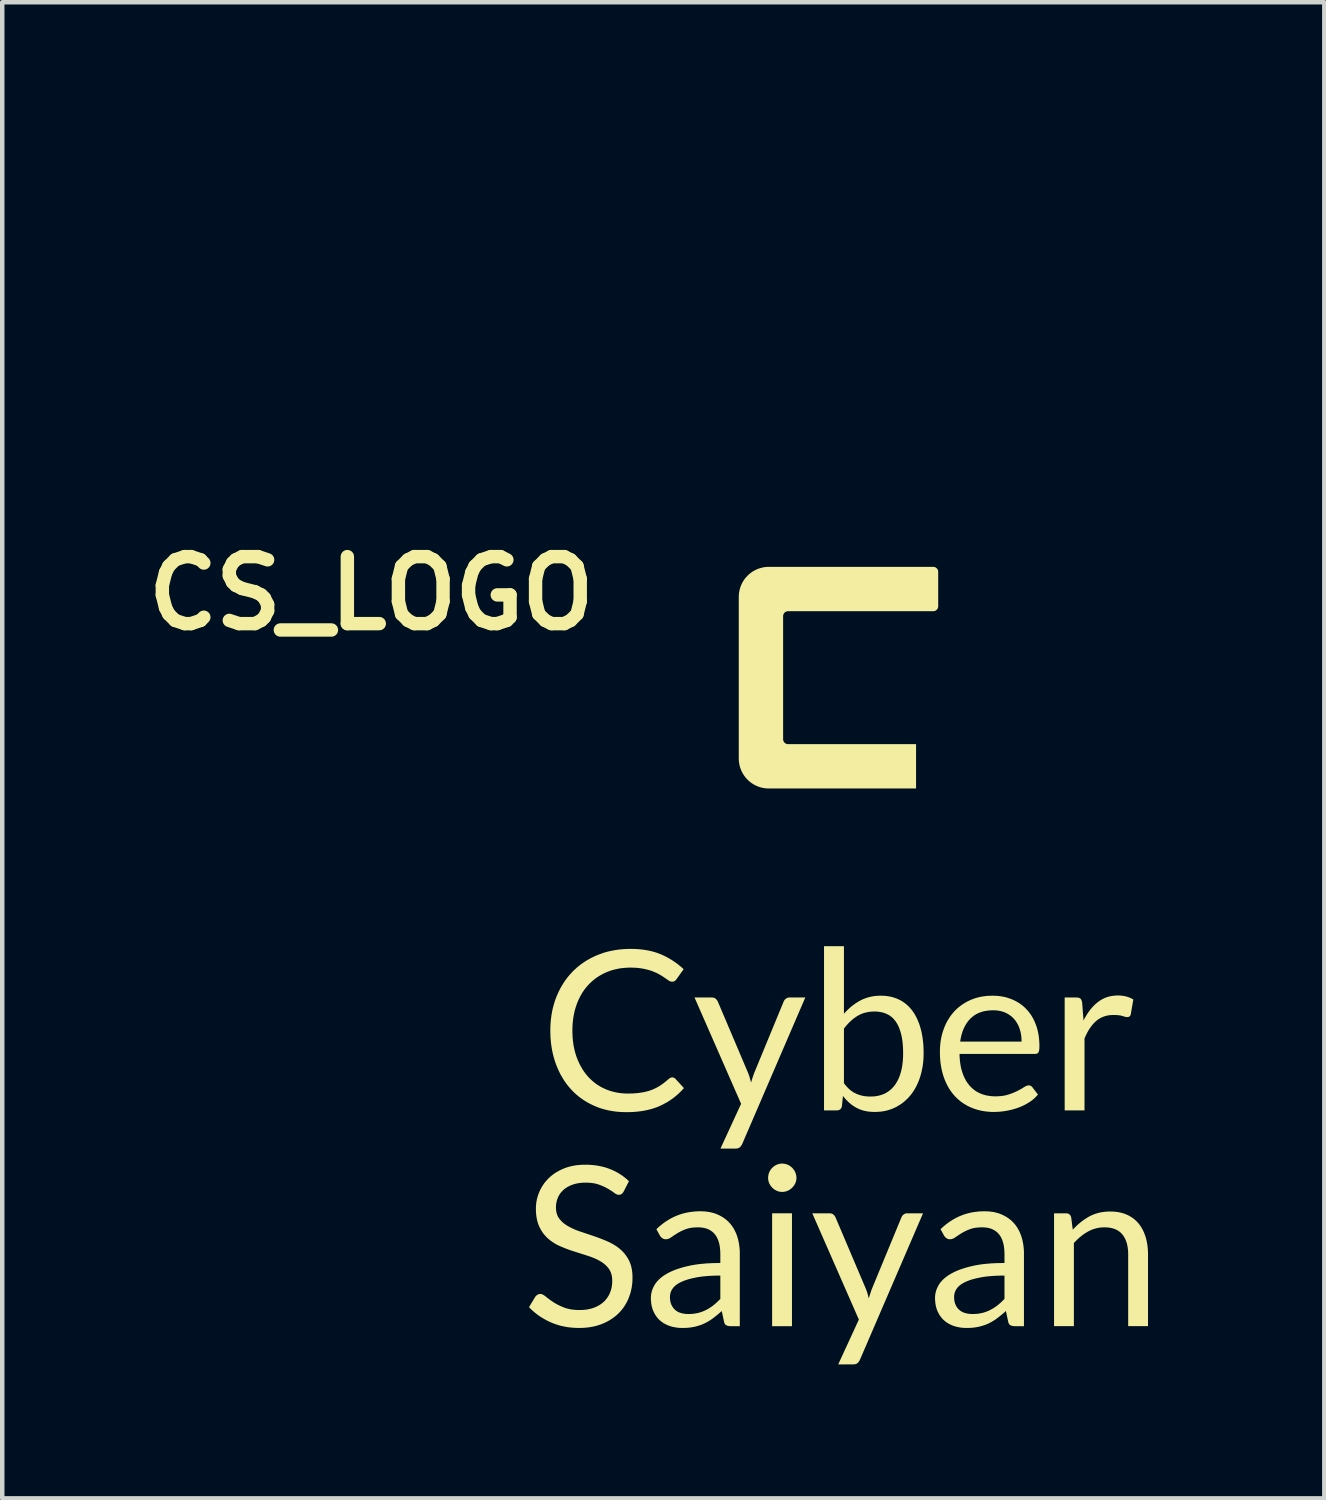
<source format=kicad_pcb>
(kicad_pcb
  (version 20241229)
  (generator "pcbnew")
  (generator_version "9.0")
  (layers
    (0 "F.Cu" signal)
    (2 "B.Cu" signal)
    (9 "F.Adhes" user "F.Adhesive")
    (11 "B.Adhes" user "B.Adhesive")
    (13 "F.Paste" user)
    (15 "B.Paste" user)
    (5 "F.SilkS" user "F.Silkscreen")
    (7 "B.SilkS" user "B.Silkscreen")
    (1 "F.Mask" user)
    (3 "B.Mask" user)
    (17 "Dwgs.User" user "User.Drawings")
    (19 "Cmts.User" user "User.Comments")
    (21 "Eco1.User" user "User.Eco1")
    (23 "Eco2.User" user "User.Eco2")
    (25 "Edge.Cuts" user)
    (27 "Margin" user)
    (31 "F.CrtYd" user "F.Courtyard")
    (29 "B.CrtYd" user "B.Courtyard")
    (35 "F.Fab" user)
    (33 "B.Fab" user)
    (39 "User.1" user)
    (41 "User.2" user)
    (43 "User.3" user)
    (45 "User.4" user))
  (footprint "CS_LOGO"
    (layer "F.Cu")
    (at 5.264 10.236)
    (property "Reference" "CS_LOGO" (at 0 0 0) (layer "F.SilkS") (effects (font (size 1.5 1.5) (thickness 0.3))))
    (attr board_only exclude_from_pos_files exclude_from_bom)
    (fp_poly (pts (xy 7.931 -4.822) (xy 7.931 -4.822) (xy 7.931 -4.822)) (stroke (width 0) (type solid)) (fill yes) (layer "F.Mask"))
    (fp_poly (pts (xy 6.991 -4.372) (xy 6.798 -4.008) (xy 6.629 -3.63) (xy 6.485 -3.241) (xy 6.365 -2.842) (xy 6.268 -2.435) (xy 6.195 -2.021) (xy 6.146 -1.602) (xy 6.119 -1.179) (xy 6.116 -0.756) (xy 6.135 -0.332) (xy 6.177 0.09) (xy 6.24 0.509) (xy 6.326 0.922) (xy 6.433 1.329) (xy 6.562 1.727) (xy 6.713 2.115) (xy 6.656 2.084) (xy 6.599 2.049) (xy 6.543 2.01) (xy 6.488 1.968) (xy 6.434 1.924) (xy 6.382 1.878) (xy 6.332 1.83) (xy 6.283 1.781) (xy 6.238 1.731) (xy 6.195 1.681) (xy 6.155 1.631) (xy 6.119 1.582) (xy 6.087 1.534) (xy 6.059 1.487) (xy 6.036 1.442) (xy 6.017 1.4) (xy 6.037 1.545) (xy 6.061 1.69) (xy 6.091 1.835) (xy 6.125 1.979) (xy 6.164 2.123) (xy 6.207 2.266) (xy 6.255 2.409) (xy 6.306 2.552) (xy 6.362 2.695) (xy 6.421 2.837) (xy 6.484 2.979) (xy 6.55 3.121) (xy 6.692 3.404) (xy 6.845 3.686) (xy 6.77 3.661) (xy 6.697 3.633) (xy 6.626 3.602) (xy 6.556 3.569) (xy 6.488 3.532) (xy 6.423 3.493) (xy 6.359 3.452) (xy 6.296 3.407) (xy 6.236 3.36) (xy 6.178 3.309) (xy 6.121 3.256) (xy 6.066 3.201) (xy 6.013 3.142) (xy 5.962 3.081) (xy 5.913 3.016) (xy 5.866 2.949) (xy 5.914 3.169) (xy 5.97 3.388) (xy 6.035 3.606) (xy 6.107 3.824) (xy 6.188 4.041) (xy 6.276 4.257) (xy 6.373 4.472) (xy 6.479 4.687) (xy 6.592 4.9) (xy 6.714 5.112) (xy 6.844 5.322) (xy 6.982 5.532) (xy 7.129 5.739) (xy 7.285 5.945) (xy 7.449 6.149) (xy 7.621 6.352) (xy 7.351 6.29) (xy 7.094 6.217) (xy 6.85 6.135) (xy 6.618 6.041) (xy 6.398 5.937) (xy 6.189 5.823) (xy 5.99 5.697) (xy 5.801 5.561) (xy 5.62 5.413) (xy 5.448 5.255) (xy 5.283 5.084) (xy 5.125 4.903) (xy 4.973 4.709) (xy 4.826 4.504) (xy 4.684 4.287) (xy 4.547 4.058) (xy 4.59 4.079) (xy 4.633 4.098) (xy 4.675 4.116) (xy 4.717 4.132) (xy 4.759 4.147) (xy 4.8 4.161) (xy 4.841 4.173) (xy 4.881 4.184) (xy 4.922 4.193) (xy 4.961 4.201) (xy 5.001 4.208) (xy 5.04 4.213) (xy 5.079 4.218) (xy 5.118 4.221) (xy 5.156 4.222) (xy 5.194 4.223) (xy 5.068 4.079) (xy 4.945 3.928) (xy 4.825 3.77) (xy 4.708 3.605) (xy 4.595 3.432) (xy 4.486 3.253) (xy 4.38 3.066) (xy 4.279 2.872) (xy 4.183 2.671) (xy 4.092 2.463) (xy 4.006 2.247) (xy 3.925 2.024) (xy 3.85 1.793) (xy 3.781 1.555) (xy 3.719 1.309) (xy 3.663 1.056) (xy 3.739 1.189) (xy 3.823 1.324) (xy 3.867 1.391) (xy 3.913 1.458) (xy 3.961 1.523) (xy 4.009 1.587) (xy 4.059 1.648) (xy 4.109 1.707) (xy 4.16 1.763) (xy 4.211 1.815) (xy 4.263 1.864) (xy 4.316 1.908) (xy 4.368 1.947) (xy 4.42 1.981) (xy 4.339 1.655) (xy 4.271 1.328) (xy 4.215 1.001) (xy 4.171 0.677) (xy 4.139 0.354) (xy 4.12 0.035) (xy 4.113 -0.28) (xy 4.118 -0.591) (xy 4.136 -0.896) (xy 4.166 -1.194) (xy 4.209 -1.484) (xy 4.264 -1.767) (xy 4.332 -2.04) (xy 4.413 -2.303) (xy 4.506 -2.555) (xy 4.611 -2.795) (xy 4.646 -2.526) (xy 4.691 -2.263) (xy 4.745 -2.008) (xy 4.776 -1.883) (xy 4.809 -1.76) (xy 4.844 -1.639) (xy 4.882 -1.52) (xy 4.923 -1.402) (xy 4.965 -1.287) (xy 5.01 -1.173) (xy 5.058 -1.061) (xy 5.108 -0.951) (xy 5.16 -0.842) (xy 5.174 -1.106) (xy 5.199 -1.368) (xy 5.237 -1.628) (xy 5.287 -1.885) (xy 5.349 -2.138) (xy 5.425 -2.386) (xy 5.515 -2.628) (xy 5.618 -2.863) (xy 5.735 -3.09) (xy 5.868 -3.308) (xy 6.015 -3.516) (xy 6.178 -3.713) (xy 6.356 -3.898) (xy 6.551 -4.07) (xy 6.763 -4.229) (xy 6.991 -4.372)) (stroke (width 0) (type solid)) (fill yes) (layer "F.Mask"))
    (fp_poly (pts (xy 13.604 1.143) (xy 13.638 1.146) (xy 13.672 1.15) (xy 13.705 1.156) (xy 13.737 1.163) (xy 13.769 1.172) (xy 13.8 1.183) (xy 13.831 1.195) (xy 13.861 1.208) (xy 13.89 1.223) (xy 13.918 1.239) (xy 13.945 1.257) (xy 13.972 1.276) (xy 13.997 1.296) (xy 14.021 1.317) (xy 14.045 1.339) (xy 14.067 1.362) (xy 14.088 1.387) (xy 14.108 1.412) (xy 14.127 1.439) (xy 14.144 1.466) (xy 14.16 1.494) (xy 14.175 1.523) (xy 14.189 1.553) (xy 14.201 1.583) (xy 14.211 1.614) (xy 14.22 1.646) (xy 14.228 1.679) (xy 14.234 1.712) (xy 14.238 1.746) (xy 14.241 1.78) (xy 14.242 1.814) (xy 14.242 1.814) (xy 14.242 5.433) (xy 14.241 5.467) (xy 14.238 5.501) (xy 14.234 5.535) (xy 14.228 5.568) (xy 14.22 5.601) (xy 14.211 5.632) (xy 14.201 5.664) (xy 14.189 5.694) (xy 14.175 5.724) (xy 14.16 5.753) (xy 14.144 5.781) (xy 14.127 5.808) (xy 14.108 5.835) (xy 14.088 5.86) (xy 14.067 5.885) (xy 14.045 5.908) (xy 14.021 5.93) (xy 13.997 5.951) (xy 13.972 5.971) (xy 13.945 5.99) (xy 13.918 6.008) (xy 13.89 6.024) (xy 13.861 6.039) (xy 13.831 6.052) (xy 13.8 6.064) (xy 13.769 6.075) (xy 13.737 6.084) (xy 13.705 6.091) (xy 13.672 6.097) (xy 13.638 6.101) (xy 13.604 6.104) (xy 13.569 6.105) (xy 8.399 6.105) (xy 8.394 6.105) (xy 8.388 6.104) (xy 8.382 6.104) (xy 8.377 6.103) (xy 8.371 6.101) (xy 8.366 6.1) (xy 8.361 6.098) (xy 8.356 6.096) (xy 8.351 6.094) (xy 8.346 6.091) (xy 8.341 6.089) (xy 8.337 6.086) (xy 8.332 6.083) (xy 8.328 6.079) (xy 8.324 6.076) (xy 8.32 6.072) (xy 8.316 6.068) (xy 8.313 6.064) (xy 8.31 6.06) (xy 8.306 6.055) (xy 8.303 6.051) (xy 8.301 6.046) (xy 8.298 6.041) (xy 8.296 6.036) (xy 8.294 6.031) (xy 8.292 6.026) (xy 8.291 6.021) (xy 8.29 6.015) (xy 8.289 6.01) (xy 8.288 6.004) (xy 8.287 5.999) (xy 8.287 5.993) (xy 8.287 5.224) (xy 8.287 5.218) (xy 8.288 5.213) (xy 8.289 5.207) (xy 8.29 5.202) (xy 8.291 5.196) (xy 8.292 5.191) (xy 8.294 5.186) (xy 8.296 5.181) (xy 8.298 5.176) (xy 8.301 5.171) (xy 8.303 5.166) (xy 8.306 5.161) (xy 8.31 5.157) (xy 8.313 5.153) (xy 8.316 5.149) (xy 8.32 5.145) (xy 8.324 5.141) (xy 8.328 5.138) (xy 8.332 5.134) (xy 8.337 5.131) (xy 8.341 5.128) (xy 8.346 5.126) (xy 8.351 5.123) (xy 8.356 5.121) (xy 8.361 5.119) (xy 8.366 5.117) (xy 8.371 5.116) (xy 8.377 5.114) (xy 8.382 5.113) (xy 8.388 5.113) (xy 8.394 5.112) (xy 8.399 5.112) (xy 13.138 5.112) (xy 13.144 5.112) (xy 13.149 5.111) (xy 13.155 5.111) (xy 13.161 5.11) (xy 13.166 5.109) (xy 13.171 5.107) (xy 13.176 5.105) (xy 13.182 5.103) (xy 13.187 5.101) (xy 13.191 5.099) (xy 13.196 5.096) (xy 13.201 5.093) (xy 13.205 5.09) (xy 13.209 5.086) (xy 13.213 5.083) (xy 13.217 5.079) (xy 13.221 5.075) (xy 13.224 5.071) (xy 13.228 5.067) (xy 13.231 5.063) (xy 13.234 5.058) (xy 13.236 5.053) (xy 13.239 5.049) (xy 13.241 5.044) (xy 13.243 5.039) (xy 13.245 5.033) (xy 13.246 5.028) (xy 13.248 5.023) (xy 13.249 5.017) (xy 13.249 5.011) (xy 13.25 5.006) (xy 13.25 5) (xy 13.25 2.247) (xy 13.25 2.241) (xy 13.249 2.235) (xy 13.249 2.23) (xy 13.248 2.224) (xy 13.246 2.219) (xy 13.245 2.214) (xy 13.243 2.208) (xy 13.241 2.203) (xy 13.239 2.198) (xy 13.236 2.194) (xy 13.234 2.189) (xy 13.231 2.184) (xy 13.228 2.18) (xy 13.224 2.176) (xy 13.221 2.172) (xy 13.217 2.168) (xy 13.213 2.164) (xy 13.209 2.16) (xy 13.205 2.157) (xy 13.201 2.154) (xy 13.196 2.151) (xy 13.191 2.148) (xy 13.187 2.146) (xy 13.182 2.144) (xy 13.176 2.142) (xy 13.171 2.14) (xy 13.166 2.138) (xy 13.161 2.137) (xy 13.155 2.136) (xy 13.149 2.135) (xy 13.144 2.135) (xy 13.138 2.135) (xy 10.384 2.135) (xy 10.378 2.135) (xy 10.372 2.134) (xy 10.367 2.134) (xy 10.361 2.133) (xy 10.356 2.131) (xy 10.35 2.13) (xy 10.345 2.128) (xy 10.34 2.126) (xy 10.335 2.124) (xy 10.33 2.121) (xy 10.326 2.119) (xy 10.321 2.116) (xy 10.317 2.113) (xy 10.312 2.109) (xy 10.308 2.106) (xy 10.304 2.102) (xy 10.301 2.098) (xy 10.297 2.094) (xy 10.294 2.09) (xy 10.291 2.085) (xy 10.288 2.081) (xy 10.285 2.076) (xy 10.283 2.071) (xy 10.28 2.066) (xy 10.278 2.061) (xy 10.277 2.056) (xy 10.275 2.051) (xy 10.274 2.045) (xy 10.273 2.04) (xy 10.272 2.034) (xy 10.272 2.029) (xy 10.272 2.023) (xy 10.272 1.254) (xy 10.272 1.248) (xy 10.272 1.243) (xy 10.273 1.237) (xy 10.274 1.232) (xy 10.275 1.226) (xy 10.277 1.221) (xy 10.278 1.216) (xy 10.28 1.211) (xy 10.283 1.206) (xy 10.285 1.201) (xy 10.288 1.196) (xy 10.291 1.192) (xy 10.294 1.187) (xy 10.297 1.183) (xy 10.301 1.179) (xy 10.304 1.175) (xy 10.308 1.171) (xy 10.312 1.168) (xy 10.317 1.164) (xy 10.321 1.161) (xy 10.326 1.158) (xy 10.33 1.156) (xy 10.335 1.153) (xy 10.34 1.151) (xy 10.345 1.149) (xy 10.35 1.147) (xy 10.356 1.146) (xy 10.361 1.144) (xy 10.367 1.143) (xy 10.372 1.143) (xy 10.378 1.142) (xy 10.384 1.142) (xy 13.569 1.142)) (stroke (width 0) (type solid)) (fill yes) (layer "F.Mask"))
    (fp_poly (pts (xy 10.957 -10.107) (xy 11.2 -9.97) (xy 11.438 -9.825) (xy 11.672 -9.671) (xy 11.901 -9.507) (xy 12.124 -9.332) (xy 12.343 -9.144) (xy 12.557 -8.944) (xy 12.765 -8.729) (xy 12.968 -8.499) (xy 13.166 -8.254) (xy 13.359 -7.991) (xy 13.546 -7.711) (xy 13.728 -7.411) (xy 13.904 -7.092) (xy 14.075 -6.753) (xy 14.107 -6.876) (xy 14.133 -6.997) (xy 14.155 -7.118) (xy 14.172 -7.238) (xy 14.184 -7.358) (xy 14.191 -7.478) (xy 14.193 -7.598) (xy 14.191 -7.719) (xy 14.185 -7.84) (xy 14.173 -7.962) (xy 14.158 -8.086) (xy 14.138 -8.211) (xy 14.113 -8.339) (xy 14.085 -8.469) (xy 14.052 -8.601) (xy 14.015 -8.736) (xy 14.218 -8.587) (xy 14.415 -8.428) (xy 14.607 -8.26) (xy 14.793 -8.084) (xy 14.973 -7.898) (xy 15.146 -7.704) (xy 15.314 -7.502) (xy 15.475 -7.292) (xy 15.63 -7.074) (xy 15.777 -6.849) (xy 15.918 -6.617) (xy 16.052 -6.378) (xy 16.299 -5.88) (xy 16.515 -5.357) (xy 16.7 -4.812) (xy 16.853 -4.246) (xy 16.973 -3.661) (xy 17.057 -3.061) (xy 17.106 -2.445) (xy 17.116 -2.133) (xy 17.117 -1.818) (xy 17.109 -1.5) (xy 17.09 -1.18) (xy 17.062 -0.858) (xy 17.024 -0.534) (xy 17.042 -0.544) (xy 17.062 -0.555) (xy 17.081 -0.567) (xy 17.101 -0.581) (xy 17.141 -0.613) (xy 17.182 -0.65) (xy 17.224 -0.69) (xy 17.265 -0.733) (xy 17.305 -0.78) (xy 17.345 -0.828) (xy 17.383 -0.877) (xy 17.42 -0.927) (xy 17.454 -0.976) (xy 17.486 -1.026) (xy 17.514 -1.073) (xy 17.539 -1.119) (xy 17.56 -1.162) (xy 17.576 -1.202) (xy 17.58 -1.133) (xy 17.582 -1.062) (xy 17.582 -0.989) (xy 17.58 -0.914) (xy 17.575 -0.839) (xy 17.569 -0.763) (xy 17.56 -0.687) (xy 17.55 -0.612) (xy 17.539 -0.537) (xy 17.526 -0.464) (xy 17.511 -0.393) (xy 17.495 -0.324) (xy 17.478 -0.258) (xy 17.459 -0.196) (xy 17.44 -0.137) (xy 17.419 -0.082) (xy 17.488 -0.143) (xy 17.555 -0.208) (xy 17.62 -0.276) (xy 17.683 -0.349) (xy 17.744 -0.425) (xy 17.803 -0.505) (xy 17.859 -0.588) (xy 17.914 -0.676) (xy 17.966 -0.767) (xy 18.017 -0.862) (xy 18.065 -0.96) (xy 18.111 -1.062) (xy 18.156 -1.168) (xy 18.198 -1.277) (xy 18.238 -1.39) (xy 18.277 -1.507) (xy 18.32 -1.146) (xy 18.34 -0.776) (xy 18.339 -0.401) (xy 18.316 -0.022) (xy 18.275 0.358) (xy 18.215 0.738) (xy 18.139 1.115) (xy 18.047 1.487) (xy 17.94 1.852) (xy 17.821 2.207) (xy 17.691 2.55) (xy 17.55 2.88) (xy 17.4 3.193) (xy 17.242 3.488) (xy 17.077 3.763) (xy 16.908 4.015) (xy 16.956 3.998) (xy 17.005 3.978) (xy 17.053 3.954) (xy 17.101 3.927) (xy 17.149 3.897) (xy 17.198 3.863) (xy 17.246 3.827) (xy 17.294 3.788) (xy 17.343 3.747) (xy 17.391 3.703) (xy 17.441 3.657) (xy 17.49 3.61) (xy 17.591 3.51) (xy 17.694 3.404) (xy 17.578 3.7) (xy 17.446 3.983) (xy 17.298 4.253) (xy 17.135 4.511) (xy 16.958 4.755) (xy 16.77 4.987) (xy 16.572 5.205) (xy 16.365 5.409) (xy 16.151 5.599) (xy 15.93 5.774) (xy 15.705 5.936) (xy 15.477 6.082) (xy 15.246 6.213) (xy 15.016 6.33) (xy 14.787 6.43) (xy 14.56 6.515) (xy 14.734 6.277) (xy 14.9 6.037) (xy 15.059 5.795) (xy 15.211 5.551) (xy 15.355 5.305) (xy 15.492 5.057) (xy 15.621 4.808) (xy 15.743 4.556) (xy 15.857 4.302) (xy 15.963 4.047) (xy 16.062 3.789) (xy 16.152 3.53) (xy 16.235 3.268) (xy 16.31 3.005) (xy 16.377 2.739) (xy 16.436 2.471) (xy 16.395 2.543) (xy 16.351 2.614) (xy 16.306 2.683) (xy 16.258 2.751) (xy 16.209 2.818) (xy 16.158 2.882) (xy 16.104 2.946) (xy 16.049 3.008) (xy 15.991 3.068) (xy 15.931 3.127) (xy 15.87 3.185) (xy 15.806 3.241) (xy 15.74 3.295) (xy 15.671 3.348) (xy 15.601 3.399) (xy 15.529 3.449) (xy 15.666 3.175) (xy 15.791 2.901) (xy 15.848 2.764) (xy 15.902 2.628) (xy 15.953 2.491) (xy 16 2.356) (xy 16.043 2.22) (xy 16.082 2.084) (xy 16.117 1.949) (xy 16.149 1.814) (xy 16.176 1.679) (xy 16.199 1.545) (xy 16.218 1.411) (xy 16.233 1.277) (xy 16.194 1.339) (xy 16.153 1.4) (xy 16.11 1.459) (xy 16.065 1.517) (xy 16.018 1.572) (xy 15.968 1.627) (xy 15.917 1.679) (xy 15.863 1.731) (xy 15.807 1.78) (xy 15.75 1.828) (xy 15.69 1.875) (xy 15.628 1.92) (xy 15.565 1.964) (xy 15.5 2.006) (xy 15.432 2.047) (xy 15.364 2.087) (xy 15.554 1.483) (xy 15.708 0.899) (xy 15.826 0.334) (xy 15.91 -0.212) (xy 15.963 -0.739) (xy 15.986 -1.245) (xy 15.982 -1.732) (xy 15.951 -2.199) (xy 15.897 -2.646) (xy 15.82 -3.072) (xy 15.723 -3.479) (xy 15.608 -3.864) (xy 15.477 -4.229) (xy 15.331 -4.573) (xy 15.173 -4.896) (xy 15.004 -5.198) (xy 14.985 -4.969) (xy 14.955 -4.739) (xy 14.916 -4.509) (xy 14.867 -4.281) (xy 14.808 -4.055) (xy 14.74 -3.831) (xy 14.664 -3.611) (xy 14.579 -3.395) (xy 14.486 -3.184) (xy 14.384 -2.978) (xy 14.276 -2.779) (xy 14.159 -2.588) (xy 14.036 -2.404) (xy 13.906 -2.228) (xy 13.769 -2.063) (xy 13.626 -1.907) (xy 13.676 -2.199) (xy 13.718 -2.493) (xy 13.752 -2.789) (xy 13.776 -3.085) (xy 13.79 -3.381) (xy 13.794 -3.676) (xy 13.786 -3.97) (xy 13.766 -4.262) (xy 13.733 -4.551) (xy 13.686 -4.836) (xy 13.625 -5.118) (xy 13.549 -5.394) (xy 13.457 -5.665) (xy 13.349 -5.93) (xy 13.223 -6.188) (xy 13.08 -6.438) (xy 13.088 -6.312) (xy 13.093 -6.188) (xy 13.093 -6.067) (xy 13.09 -5.947) (xy 13.083 -5.829) (xy 13.072 -5.713) (xy 13.057 -5.598) (xy 13.04 -5.485) (xy 13.019 -5.373) (xy 12.994 -5.261) (xy 12.967 -5.15) (xy 12.937 -5.04) (xy 12.904 -4.931) (xy 12.868 -4.822) (xy 12.789 -4.603) (xy 12.681 -5.112) (xy 12.554 -5.618) (xy 12.483 -5.866) (xy 12.407 -6.109) (xy 12.326 -6.347) (xy 12.24 -6.577) (xy 12.148 -6.799) (xy 12.051 -7.011) (xy 11.948 -7.212) (xy 11.839 -7.401) (xy 11.724 -7.576) (xy 11.603 -7.737) (xy 11.476 -7.881) (xy 11.342 -8.009) (xy 11.317 -7.864) (xy 11.286 -7.728) (xy 11.25 -7.599) (xy 11.209 -7.478) (xy 11.163 -7.364) (xy 11.112 -7.256) (xy 11.058 -7.154) (xy 11 -7.057) (xy 10.938 -6.965) (xy 10.874 -6.877) (xy 10.807 -6.792) (xy 10.738 -6.711) (xy 10.595 -6.555) (xy 10.447 -6.406) (xy 10.151 -6.109) (xy 10.009 -5.952) (xy 9.94 -5.87) (xy 9.873 -5.785) (xy 9.81 -5.696) (xy 9.749 -5.602) (xy 9.691 -5.504) (xy 9.638 -5.4) (xy 9.588 -5.29) (xy 9.543 -5.174) (xy 9.503 -5.051) (xy 9.467 -4.92) (xy 9.416 -5) (xy 9.369 -5.084) (xy 9.328 -5.171) (xy 9.29 -5.261) (xy 9.258 -5.353) (xy 9.23 -5.448) (xy 9.206 -5.544) (xy 9.188 -5.642) (xy 9.174 -5.74) (xy 9.164 -5.838) (xy 9.159 -5.936) (xy 9.159 -6.033) (xy 9.163 -6.128) (xy 9.172 -6.222) (xy 9.185 -6.314) (xy 9.202 -6.403) (xy 9.153 -6.376) (xy 9.104 -6.346) (xy 9.055 -6.315) (xy 9.008 -6.282) (xy 8.913 -6.209) (xy 8.821 -6.129) (xy 8.731 -6.043) (xy 8.643 -5.95) (xy 8.558 -5.852) (xy 8.476 -5.749) (xy 8.396 -5.641) (xy 8.32 -5.53) (xy 8.246 -5.416) (xy 8.176 -5.3) (xy 8.11 -5.181) (xy 8.046 -5.062) (xy 7.987 -4.942) (xy 7.931 -4.822) (xy 7.964 -5.071) (xy 8.009 -5.314) (xy 8.065 -5.55) (xy 8.133 -5.779) (xy 8.213 -6.001) (xy 8.304 -6.216) (xy 8.407 -6.424) (xy 8.521 -6.623) (xy 8.647 -6.816) (xy 8.784 -7) (xy 8.933 -7.177) (xy 9.093 -7.345) (xy 9.265 -7.505) (xy 9.447 -7.656) (xy 9.641 -7.799) (xy 9.846 -7.933) (xy 9.804 -7.804) (xy 9.785 -7.744) (xy 9.769 -7.685) (xy 9.754 -7.629) (xy 9.742 -7.575) (xy 9.731 -7.521) (xy 9.722 -7.468) (xy 9.716 -7.415) (xy 9.711 -7.362) (xy 9.708 -7.309) (xy 9.708 -7.255) (xy 9.709 -7.199) (xy 9.713 -7.142) (xy 9.718 -7.083) (xy 9.726 -7.021) (xy 9.882 -7.207) (xy 10.024 -7.394) (xy 10.152 -7.584) (xy 10.267 -7.775) (xy 10.368 -7.968) (xy 10.456 -8.163) (xy 10.532 -8.359) (xy 10.596 -8.558) (xy 10.648 -8.759) (xy 10.689 -8.963) (xy 10.718 -9.169) (xy 10.736 -9.377) (xy 10.744 -9.587) (xy 10.742 -9.801) (xy 10.73 -10.017) (xy 10.709 -10.236)) (stroke (width 0) (type solid)) (fill yes) (layer "F.Mask"))
    (fp_poly (pts (xy 9.42 16.411) (xy 8.976 16.411) (xy 8.976 13.883) (xy 9.42 13.883)) (stroke (width 0) (type solid)) (fill yes) (layer "F.SilkS"))
    (fp_poly (pts (xy 10.945 17.156) (xy 10.942 17.163) (xy 10.939 17.169) (xy 10.936 17.175) (xy 10.933 17.18) (xy 10.93 17.186) (xy 10.926 17.191) (xy 10.923 17.196) (xy 10.92 17.201) (xy 10.916 17.206) (xy 10.912 17.211) (xy 10.909 17.216) (xy 10.905 17.22) (xy 10.901 17.224) (xy 10.897 17.229) (xy 10.893 17.233) (xy 10.889 17.236) (xy 10.884 17.24) (xy 10.88 17.243) (xy 10.875 17.247) (xy 10.87 17.25) (xy 10.864 17.252) (xy 10.858 17.255) (xy 10.852 17.257) (xy 10.846 17.259) (xy 10.839 17.261) (xy 10.833 17.262) (xy 10.825 17.263) (xy 10.818 17.265) (xy 10.81 17.265) (xy 10.802 17.266) (xy 10.794 17.266) (xy 10.785 17.266) (xy 10.456 17.266) (xy 10.918 16.263) (xy 9.875 13.883) (xy 10.259 13.883) (xy 10.266 13.883) (xy 10.273 13.883) (xy 10.279 13.884) (xy 10.286 13.885) (xy 10.292 13.886) (xy 10.298 13.887) (xy 10.304 13.888) (xy 10.31 13.89) (xy 10.315 13.892) (xy 10.321 13.894) (xy 10.326 13.896) (xy 10.331 13.899) (xy 10.335 13.902) (xy 10.34 13.905) (xy 10.344 13.908) (xy 10.349 13.911) (xy 10.352 13.915) (xy 10.356 13.919) (xy 10.36 13.922) (xy 10.364 13.926) (xy 10.367 13.93) (xy 10.37 13.934) (xy 10.374 13.938) (xy 10.377 13.942) (xy 10.379 13.946) (xy 10.382 13.95) (xy 10.385 13.954) (xy 10.387 13.958) (xy 10.39 13.962) (xy 10.392 13.966) (xy 10.394 13.971) (xy 10.396 13.975) (xy 11.072 15.567) (xy 11.078 15.581) (xy 11.083 15.594) (xy 11.088 15.608) (xy 11.093 15.622) (xy 11.098 15.636) (xy 11.102 15.649) (xy 11.107 15.663) (xy 11.111 15.677) (xy 11.119 15.704) (xy 11.126 15.732) (xy 11.133 15.76) (xy 11.14 15.789) (xy 11.157 15.732) (xy 11.175 15.677) (xy 11.184 15.649) (xy 11.193 15.621) (xy 11.204 15.593) (xy 11.214 15.565) (xy 11.871 13.975) (xy 11.873 13.97) (xy 11.875 13.965) (xy 11.877 13.96) (xy 11.879 13.956) (xy 11.882 13.951) (xy 11.885 13.947) (xy 11.888 13.943) (xy 11.891 13.938) (xy 11.894 13.934) (xy 11.898 13.93) (xy 11.901 13.927) (xy 11.905 13.923) (xy 11.909 13.919) (xy 11.913 13.916) (xy 11.917 13.912) (xy 11.922 13.909) (xy 11.926 13.906) (xy 11.931 13.903) (xy 11.936 13.9) (xy 11.94 13.897) (xy 11.945 13.895) (xy 11.95 13.893) (xy 11.955 13.891) (xy 11.96 13.889) (xy 11.964 13.888) (xy 11.969 13.886) (xy 11.974 13.885) (xy 11.98 13.884) (xy 11.985 13.884) (xy 11.99 13.883) (xy 11.995 13.883) (xy 12 13.883) (xy 12.355 13.883)) (stroke (width 0) (type solid)) (fill yes) (layer "F.SilkS"))
    (fp_poly (pts (xy 7.629 9.05) (xy 7.636 9.051) (xy 7.643 9.051) (xy 7.649 9.052) (xy 7.656 9.053) (xy 7.662 9.054) (xy 7.668 9.056) (xy 7.673 9.057) (xy 7.679 9.059) (xy 7.684 9.061) (xy 7.689 9.064) (xy 7.694 9.066) (xy 7.699 9.069) (xy 7.704 9.072) (xy 7.708 9.075) (xy 7.712 9.079) (xy 7.716 9.083) (xy 7.72 9.086) (xy 7.724 9.09) (xy 7.727 9.094) (xy 7.731 9.097) (xy 7.734 9.101) (xy 7.737 9.105) (xy 7.74 9.109) (xy 7.743 9.113) (xy 7.746 9.117) (xy 7.748 9.121) (xy 7.751 9.125) (xy 7.753 9.13) (xy 7.756 9.134) (xy 7.758 9.138) (xy 7.76 9.142) (xy 8.436 10.735) (xy 8.441 10.748) (xy 8.447 10.762) (xy 8.452 10.776) (xy 8.457 10.789) (xy 8.461 10.803) (xy 8.466 10.817) (xy 8.47 10.831) (xy 8.474 10.844) (xy 8.478 10.858) (xy 8.482 10.872) (xy 8.49 10.9) (xy 8.497 10.928) (xy 8.503 10.957) (xy 8.521 10.9) (xy 8.538 10.844) (xy 8.547 10.817) (xy 8.557 10.789) (xy 8.567 10.761) (xy 8.578 10.732) (xy 9.234 9.142) (xy 9.236 9.138) (xy 9.238 9.133) (xy 9.241 9.128) (xy 9.243 9.123) (xy 9.246 9.119) (xy 9.248 9.115) (xy 9.251 9.11) (xy 9.255 9.106) (xy 9.258 9.102) (xy 9.261 9.098) (xy 9.265 9.094) (xy 9.269 9.09) (xy 9.273 9.087) (xy 9.277 9.083) (xy 9.281 9.08) (xy 9.285 9.076) (xy 9.29 9.073) (xy 9.295 9.07) (xy 9.299 9.068) (xy 9.304 9.065) (xy 9.309 9.063) (xy 9.313 9.06) (xy 9.318 9.059) (xy 9.323 9.057) (xy 9.328 9.055) (xy 9.333 9.054) (xy 9.338 9.053) (xy 9.343 9.052) (xy 9.348 9.051) (xy 9.354 9.051) (xy 9.359 9.05) (xy 9.364 9.05) (xy 9.719 9.05) (xy 8.309 12.324) (xy 8.306 12.33) (xy 8.303 12.336) (xy 8.3 12.342) (xy 8.297 12.348) (xy 8.293 12.353) (xy 8.29 12.359) (xy 8.287 12.364) (xy 8.283 12.369) (xy 8.28 12.374) (xy 8.276 12.379) (xy 8.272 12.383) (xy 8.269 12.388) (xy 8.265 12.392) (xy 8.261 12.396) (xy 8.257 12.4) (xy 8.252 12.404) (xy 8.248 12.408) (xy 8.243 12.411) (xy 8.238 12.414) (xy 8.233 12.417) (xy 8.228 12.42) (xy 8.222 12.422) (xy 8.216 12.424) (xy 8.21 12.426) (xy 8.203 12.428) (xy 8.196 12.43) (xy 8.189 12.431) (xy 8.181 12.432) (xy 8.174 12.433) (xy 8.166 12.433) (xy 8.157 12.434) (xy 8.149 12.434) (xy 7.819 12.434) (xy 8.281 11.431) (xy 7.238 9.05) (xy 7.622 9.05)) (stroke (width 0) (type solid)) (fill yes) (layer "F.SilkS"))
    (fp_poly (pts (xy 16.743 9.006) (xy 16.769 9.007) (xy 16.793 9.009) (xy 16.817 9.011) (xy 16.841 9.015) (xy 16.864 9.019) (xy 16.886 9.023) (xy 16.907 9.029) (xy 16.928 9.035) (xy 16.949 9.042) (xy 16.969 9.049) (xy 16.989 9.057) (xy 17.008 9.066) (xy 17.027 9.075) (xy 17.046 9.085) (xy 17.064 9.095) (xy 17.007 9.427) (xy 17.005 9.435) (xy 17.002 9.442) (xy 17.001 9.445) (xy 16.999 9.448) (xy 16.997 9.451) (xy 16.996 9.454) (xy 16.994 9.457) (xy 16.992 9.46) (xy 16.99 9.463) (xy 16.988 9.465) (xy 16.986 9.467) (xy 16.984 9.47) (xy 16.981 9.472) (xy 16.979 9.474) (xy 16.976 9.476) (xy 16.974 9.477) (xy 16.971 9.479) (xy 16.969 9.481) (xy 16.966 9.482) (xy 16.963 9.483) (xy 16.96 9.484) (xy 16.957 9.486) (xy 16.954 9.486) (xy 16.951 9.487) (xy 16.947 9.488) (xy 16.944 9.488) (xy 16.941 9.489) (xy 16.937 9.489) (xy 16.93 9.489) (xy 16.925 9.489) (xy 16.92 9.489) (xy 16.915 9.489) (xy 16.91 9.488) (xy 16.904 9.487) (xy 16.898 9.486) (xy 16.892 9.485) (xy 16.885 9.484) (xy 16.871 9.48) (xy 16.856 9.476) (xy 16.84 9.471) (xy 16.822 9.466) (xy 16.813 9.463) (xy 16.803 9.46) (xy 16.793 9.458) (xy 16.783 9.455) (xy 16.772 9.453) (xy 16.76 9.451) (xy 16.748 9.45) (xy 16.736 9.448) (xy 16.71 9.445) (xy 16.682 9.444) (xy 16.652 9.442) (xy 16.62 9.442) (xy 16.592 9.443) (xy 16.563 9.444) (xy 16.536 9.447) (xy 16.509 9.45) (xy 16.483 9.455) (xy 16.457 9.461) (xy 16.432 9.468) (xy 16.407 9.476) (xy 16.383 9.485) (xy 16.36 9.495) (xy 16.337 9.506) (xy 16.315 9.518) (xy 16.293 9.531) (xy 16.272 9.545) (xy 16.252 9.56) (xy 16.232 9.577) (xy 16.213 9.594) (xy 16.194 9.612) (xy 16.176 9.632) (xy 16.157 9.652) (xy 16.14 9.673) (xy 16.122 9.695) (xy 16.106 9.718) (xy 16.089 9.742) (xy 16.073 9.767) (xy 16.057 9.793) (xy 16.042 9.82) (xy 16.027 9.848) (xy 16.013 9.876) (xy 15.998 9.906) (xy 15.985 9.937) (xy 15.971 9.968) (xy 15.971 11.578) (xy 15.527 11.578) (xy 15.527 9.05) (xy 15.782 9.05) (xy 15.791 9.05) (xy 15.799 9.051) (xy 15.807 9.051) (xy 15.815 9.052) (xy 15.823 9.053) (xy 15.83 9.054) (xy 15.837 9.056) (xy 15.843 9.057) (xy 15.849 9.059) (xy 15.855 9.061) (xy 15.86 9.063) (xy 15.865 9.066) (xy 15.87 9.068) (xy 15.874 9.071) (xy 15.878 9.074) (xy 15.882 9.078) (xy 15.885 9.081) (xy 15.888 9.085) (xy 15.891 9.089) (xy 15.894 9.094) (xy 15.897 9.099) (xy 15.9 9.104) (xy 15.902 9.109) (xy 15.905 9.115) (xy 15.907 9.121) (xy 15.909 9.128) (xy 15.911 9.134) (xy 15.913 9.141) (xy 15.915 9.149) (xy 15.916 9.156) (xy 15.918 9.164) (xy 15.919 9.173) (xy 15.949 9.567) (xy 15.965 9.534) (xy 15.982 9.502) (xy 16 9.472) (xy 16.018 9.442) (xy 16.036 9.413) (xy 16.055 9.385) (xy 16.074 9.358) (xy 16.094 9.331) (xy 16.114 9.306) (xy 16.135 9.282) (xy 16.156 9.258) (xy 16.178 9.235) (xy 16.2 9.214) (xy 16.223 9.193) (xy 16.246 9.173) (xy 16.27 9.154) (xy 16.294 9.136) (xy 16.318 9.119) (xy 16.344 9.103) (xy 16.369 9.089) (xy 16.395 9.076) (xy 16.422 9.063) (xy 16.449 9.052) (xy 16.477 9.042) (xy 16.505 9.034) (xy 16.534 9.026) (xy 16.563 9.02) (xy 16.593 9.015) (xy 16.624 9.011) (xy 16.654 9.008) (xy 16.686 9.006) (xy 16.718 9.005)) (stroke (width 0) (type solid)) (fill yes) (layer "F.SilkS"))
    (fp_poly (pts (xy 16.572 13.843) (xy 16.598 13.844) (xy 16.623 13.845) (xy 16.647 13.847) (xy 16.671 13.849) (xy 16.695 13.852) (xy 16.719 13.856) (xy 16.742 13.86) (xy 16.764 13.864) (xy 16.787 13.87) (xy 16.809 13.875) (xy 16.83 13.881) (xy 16.851 13.888) (xy 16.872 13.895) (xy 16.892 13.903) (xy 16.912 13.911) (xy 16.932 13.92) (xy 16.951 13.929) (xy 16.97 13.939) (xy 16.988 13.949) (xy 17.006 13.96) (xy 17.024 13.971) (xy 17.041 13.982) (xy 17.058 13.994) (xy 17.074 14.007) (xy 17.09 14.02) (xy 17.105 14.033) (xy 17.121 14.047) (xy 17.135 14.061) (xy 17.15 14.075) (xy 17.163 14.091) (xy 17.177 14.106) (xy 17.19 14.122) (xy 17.203 14.138) (xy 17.215 14.155) (xy 17.227 14.172) (xy 17.238 14.19) (xy 17.249 14.208) (xy 17.26 14.226) (xy 17.27 14.245) (xy 17.28 14.264) (xy 17.289 14.284) (xy 17.299 14.303) (xy 17.307 14.324) (xy 17.315 14.345) (xy 17.323 14.366) (xy 17.331 14.387) (xy 17.338 14.409) (xy 17.351 14.454) (xy 17.362 14.5) (xy 17.371 14.547) (xy 17.379 14.596) (xy 17.385 14.645) (xy 17.389 14.696) (xy 17.392 14.748) (xy 17.393 14.801) (xy 17.393 16.41) (xy 16.949 16.41) (xy 16.949 14.801) (xy 16.948 14.766) (xy 16.947 14.731) (xy 16.944 14.698) (xy 16.94 14.666) (xy 16.936 14.634) (xy 16.93 14.604) (xy 16.924 14.575) (xy 16.916 14.546) (xy 16.907 14.519) (xy 16.897 14.493) (xy 16.887 14.467) (xy 16.875 14.443) (xy 16.862 14.42) (xy 16.848 14.397) (xy 16.833 14.376) (xy 16.818 14.356) (xy 16.801 14.336) (xy 16.783 14.318) (xy 16.764 14.302) (xy 16.743 14.286) (xy 16.722 14.272) (xy 16.7 14.259) (xy 16.676 14.247) (xy 16.652 14.237) (xy 16.626 14.228) (xy 16.6 14.219) (xy 16.572 14.213) (xy 16.543 14.207) (xy 16.513 14.203) (xy 16.482 14.2) (xy 16.45 14.198) (xy 16.417 14.197) (xy 16.392 14.198) (xy 16.368 14.199) (xy 16.344 14.201) (xy 16.32 14.203) (xy 16.296 14.206) (xy 16.273 14.211) (xy 16.25 14.215) (xy 16.226 14.221) (xy 16.204 14.227) (xy 16.181 14.234) (xy 16.158 14.242) (xy 16.136 14.25) (xy 16.114 14.26) (xy 16.092 14.27) (xy 16.07 14.28) (xy 16.049 14.292) (xy 16.028 14.304) (xy 16.007 14.317) (xy 15.986 14.33) (xy 15.965 14.344) (xy 15.945 14.358) (xy 15.924 14.373) (xy 15.904 14.388) (xy 15.885 14.404) (xy 15.865 14.42) (xy 15.846 14.437) (xy 15.826 14.454) (xy 15.807 14.472) (xy 15.789 14.491) (xy 15.77 14.509) (xy 15.752 14.529) (xy 15.733 14.549) (xy 15.733 16.41) (xy 15.289 16.41) (xy 15.289 13.883) (xy 15.554 13.883) (xy 15.565 13.883) (xy 15.576 13.884) (xy 15.587 13.886) (xy 15.592 13.887) (xy 15.597 13.888) (xy 15.602 13.89) (xy 15.606 13.892) (xy 15.611 13.894) (xy 15.615 13.896) (xy 15.619 13.898) (xy 15.623 13.9) (xy 15.627 13.903) (xy 15.631 13.906) (xy 15.635 13.909) (xy 15.638 13.912) (xy 15.642 13.915) (xy 15.645 13.919) (xy 15.648 13.922) (xy 15.651 13.926) (xy 15.654 13.93) (xy 15.657 13.935) (xy 15.662 13.944) (xy 15.666 13.953) (xy 15.67 13.964) (xy 15.673 13.975) (xy 15.708 14.25) (xy 15.729 14.227) (xy 15.75 14.205) (xy 15.772 14.184) (xy 15.793 14.163) (xy 15.815 14.143) (xy 15.837 14.123) (xy 15.86 14.104) (xy 15.883 14.085) (xy 15.906 14.067) (xy 15.929 14.049) (xy 15.953 14.032) (xy 15.977 14.016) (xy 16.002 14) (xy 16.026 13.984) (xy 16.051 13.969) (xy 16.076 13.955) (xy 16.102 13.941) (xy 16.128 13.929) (xy 16.155 13.917) (xy 16.182 13.906) (xy 16.21 13.896) (xy 16.238 13.887) (xy 16.267 13.878) (xy 16.296 13.871) (xy 16.325 13.864) (xy 16.355 13.859) (xy 16.386 13.854) (xy 16.417 13.85) (xy 16.449 13.847) (xy 16.481 13.845) (xy 16.514 13.843) (xy 16.547 13.843)) (stroke (width 0) (type solid)) (fill yes) (layer "F.SilkS"))
    (fp_poly (pts (xy 12.589 -0.592) (xy 12.595 -0.592) (xy 12.6 -0.591) (xy 12.606 -0.59) (xy 12.611 -0.589) (xy 12.617 -0.588) (xy 12.622 -0.586) (xy 12.627 -0.584) (xy 12.632 -0.582) (xy 12.637 -0.579) (xy 12.641 -0.576) (xy 12.646 -0.573) (xy 12.65 -0.57) (xy 12.654 -0.567) (xy 12.659 -0.563) (xy 12.662 -0.56) (xy 12.666 -0.556) (xy 12.67 -0.552) (xy 12.673 -0.548) (xy 12.676 -0.543) (xy 12.679 -0.539) (xy 12.682 -0.534) (xy 12.684 -0.529) (xy 12.686 -0.524) (xy 12.688 -0.519) (xy 12.69 -0.514) (xy 12.692 -0.509) (xy 12.693 -0.503) (xy 12.694 -0.498) (xy 12.695 -0.492) (xy 12.695 -0.486) (xy 12.695 -0.481) (xy 12.695 -0.481) (xy 12.695 0.288) (xy 12.695 0.294) (xy 12.695 0.3) (xy 12.694 0.305) (xy 12.693 0.311) (xy 12.692 0.316) (xy 12.69 0.321) (xy 12.688 0.327) (xy 12.686 0.332) (xy 12.684 0.337) (xy 12.682 0.342) (xy 12.679 0.346) (xy 12.676 0.351) (xy 12.673 0.355) (xy 12.67 0.359) (xy 12.666 0.363) (xy 12.662 0.367) (xy 12.659 0.371) (xy 12.654 0.375) (xy 12.65 0.378) (xy 12.646 0.381) (xy 12.641 0.384) (xy 12.637 0.387) (xy 12.632 0.389) (xy 12.627 0.391) (xy 12.622 0.393) (xy 12.617 0.395) (xy 12.611 0.397) (xy 12.606 0.398) (xy 12.6 0.399) (xy 12.595 0.4) (xy 12.589 0.4) (xy 12.583 0.4) (xy 9.334 0.4) (xy 9.328 0.4) (xy 9.322 0.401) (xy 9.317 0.402) (xy 9.311 0.402) (xy 9.306 0.404) (xy 9.3 0.405) (xy 9.295 0.407) (xy 9.29 0.409) (xy 9.285 0.411) (xy 9.28 0.414) (xy 9.276 0.416) (xy 9.271 0.419) (xy 9.267 0.422) (xy 9.262 0.426) (xy 9.258 0.429) (xy 9.255 0.433) (xy 9.251 0.437) (xy 9.247 0.441) (xy 9.244 0.445) (xy 9.241 0.45) (xy 9.238 0.454) (xy 9.235 0.459) (xy 9.233 0.464) (xy 9.231 0.469) (xy 9.229 0.474) (xy 9.227 0.479) (xy 9.225 0.484) (xy 9.224 0.49) (xy 9.223 0.495) (xy 9.222 0.501) (xy 9.222 0.507) (xy 9.222 0.512) (xy 9.222 3.265) (xy 9.222 3.271) (xy 9.222 3.277) (xy 9.223 3.282) (xy 9.224 3.288) (xy 9.225 3.293) (xy 9.227 3.299) (xy 9.229 3.304) (xy 9.231 3.309) (xy 9.233 3.314) (xy 9.235 3.319) (xy 9.238 3.323) (xy 9.241 3.328) (xy 9.244 3.332) (xy 9.247 3.337) (xy 9.251 3.341) (xy 9.255 3.345) (xy 9.258 3.348) (xy 9.262 3.352) (xy 9.267 3.355) (xy 9.271 3.358) (xy 9.276 3.361) (xy 9.28 3.364) (xy 9.285 3.366) (xy 9.29 3.369) (xy 9.295 3.371) (xy 9.3 3.372) (xy 9.306 3.374) (xy 9.311 3.375) (xy 9.317 3.376) (xy 9.322 3.377) (xy 9.328 3.377) (xy 9.334 3.377) (xy 12.199 3.377) (xy 12.199 4.37) (xy 8.901 4.37) (xy 8.867 4.369) (xy 8.832 4.367) (xy 8.799 4.362) (xy 8.766 4.357) (xy 8.733 4.349) (xy 8.701 4.34) (xy 8.67 4.329) (xy 8.64 4.317) (xy 8.61 4.304) (xy 8.581 4.289) (xy 8.553 4.273) (xy 8.525 4.255) (xy 8.499 4.237) (xy 8.474 4.217) (xy 8.449 4.196) (xy 8.426 4.173) (xy 8.404 4.15) (xy 8.382 4.126) (xy 8.362 4.1) (xy 8.344 4.074) (xy 8.326 4.046) (xy 8.31 4.018) (xy 8.295 3.989) (xy 8.282 3.96) (xy 8.27 3.929) (xy 8.259 3.898) (xy 8.25 3.866) (xy 8.243 3.833) (xy 8.237 3.8) (xy 8.232 3.767) (xy 8.23 3.732) (xy 8.229 3.698) (xy 8.229 0.08) (xy 8.23 0.045) (xy 8.232 0.011) (xy 8.237 -0.023) (xy 8.243 -0.056) (xy 8.25 -0.088) (xy 8.259 -0.12) (xy 8.27 -0.151) (xy 8.282 -0.182) (xy 8.295 -0.212) (xy 8.31 -0.241) (xy 8.326 -0.269) (xy 8.344 -0.296) (xy 8.362 -0.323) (xy 8.382 -0.348) (xy 8.404 -0.372) (xy 8.426 -0.396) (xy 8.449 -0.418) (xy 8.474 -0.439) (xy 8.499 -0.459) (xy 8.525 -0.478) (xy 8.553 -0.495) (xy 8.581 -0.511) (xy 8.61 -0.526) (xy 8.64 -0.54) (xy 8.67 -0.552) (xy 8.701 -0.562) (xy 8.733 -0.571) (xy 8.766 -0.579) (xy 8.799 -0.585) (xy 8.832 -0.589) (xy 8.867 -0.592) (xy 8.901 -0.593) (xy 12.583 -0.593)) (stroke (width 0) (type solid)) (fill yes) (layer "F.SilkS"))
    (fp_poly (pts (xy 9.209 12.77) (xy 9.217 12.77) (xy 9.225 12.771) (xy 9.233 12.771) (xy 9.241 12.772) (xy 9.248 12.773) (xy 9.256 12.775) (xy 9.264 12.776) (xy 9.271 12.778) (xy 9.279 12.78) (xy 9.286 12.782) (xy 9.294 12.784) (xy 9.301 12.786) (xy 9.309 12.789) (xy 9.316 12.792) (xy 9.323 12.795) (xy 9.33 12.798) (xy 9.337 12.801) (xy 9.344 12.805) (xy 9.351 12.808) (xy 9.358 12.812) (xy 9.364 12.816) (xy 9.371 12.82) (xy 9.377 12.824) (xy 9.383 12.829) (xy 9.389 12.833) (xy 9.395 12.838) (xy 9.401 12.843) (xy 9.407 12.848) (xy 9.413 12.853) (xy 9.419 12.858) (xy 9.424 12.863) (xy 9.43 12.869) (xy 9.435 12.874) (xy 9.44 12.88) (xy 9.445 12.886) (xy 9.45 12.892) (xy 9.454 12.898) (xy 9.459 12.904) (xy 9.463 12.911) (xy 9.468 12.917) (xy 9.472 12.924) (xy 9.476 12.93) (xy 9.48 12.937) (xy 9.484 12.944) (xy 9.487 12.951) (xy 9.491 12.958) (xy 9.494 12.966) (xy 9.497 12.973) (xy 9.5 12.98) (xy 9.503 12.988) (xy 9.505 12.995) (xy 9.508 13.003) (xy 9.51 13.011) (xy 9.512 13.018) (xy 9.514 13.026) (xy 9.515 13.034) (xy 9.516 13.041) (xy 9.518 13.049) (xy 9.519 13.057) (xy 9.519 13.065) (xy 9.52 13.073) (xy 9.52 13.081) (xy 9.52 13.089) (xy 9.52 13.097) (xy 9.52 13.105) (xy 9.519 13.113) (xy 9.519 13.121) (xy 9.518 13.129) (xy 9.516 13.137) (xy 9.515 13.144) (xy 9.514 13.152) (xy 9.512 13.159) (xy 9.51 13.167) (xy 9.508 13.174) (xy 9.505 13.182) (xy 9.503 13.189) (xy 9.5 13.196) (xy 9.497 13.203) (xy 9.494 13.21) (xy 9.491 13.217) (xy 9.487 13.224) (xy 9.484 13.231) (xy 9.48 13.237) (xy 9.476 13.244) (xy 9.472 13.25) (xy 9.468 13.257) (xy 9.463 13.263) (xy 9.459 13.269) (xy 9.454 13.275) (xy 9.45 13.281) (xy 9.445 13.287) (xy 9.44 13.293) (xy 9.435 13.299) (xy 9.43 13.304) (xy 9.424 13.31) (xy 9.419 13.315) (xy 9.413 13.321) (xy 9.407 13.326) (xy 9.401 13.331) (xy 9.395 13.335) (xy 9.389 13.34) (xy 9.383 13.345) (xy 9.377 13.349) (xy 9.371 13.353) (xy 9.364 13.357) (xy 9.358 13.361) (xy 9.351 13.365) (xy 9.344 13.369) (xy 9.337 13.372) (xy 9.33 13.375) (xy 9.323 13.379) (xy 9.316 13.382) (xy 9.309 13.384) (xy 9.301 13.387) (xy 9.294 13.39) (xy 9.286 13.392) (xy 9.279 13.394) (xy 9.271 13.396) (xy 9.264 13.397) (xy 9.256 13.399) (xy 9.248 13.4) (xy 9.241 13.401) (xy 9.233 13.402) (xy 9.225 13.403) (xy 9.217 13.403) (xy 9.209 13.404) (xy 9.201 13.404) (xy 9.193 13.404) (xy 9.185 13.403) (xy 9.177 13.403) (xy 9.169 13.402) (xy 9.161 13.401) (xy 9.153 13.4) (xy 9.146 13.399) (xy 9.138 13.397) (xy 9.13 13.396) (xy 9.123 13.394) (xy 9.116 13.392) (xy 9.108 13.39) (xy 9.101 13.387) (xy 9.094 13.384) (xy 9.087 13.382) (xy 9.08 13.379) (xy 9.073 13.375) (xy 9.066 13.372) (xy 9.059 13.369) (xy 9.052 13.365) (xy 9.046 13.361) (xy 9.039 13.357) (xy 9.033 13.353) (xy 9.027 13.349) (xy 9.02 13.345) (xy 9.014 13.34) (xy 9.008 13.335) (xy 9.002 13.331) (xy 8.997 13.326) (xy 8.991 13.321) (xy 8.985 13.315) (xy 8.98 13.31) (xy 8.974 13.304) (xy 8.969 13.299) (xy 8.964 13.293) (xy 8.959 13.287) (xy 8.954 13.281) (xy 8.95 13.275) (xy 8.945 13.269) (xy 8.941 13.263) (xy 8.937 13.257) (xy 8.933 13.25) (xy 8.929 13.244) (xy 8.925 13.237) (xy 8.921 13.231) (xy 8.918 13.224) (xy 8.914 13.217) (xy 8.911 13.21) (xy 8.908 13.203) (xy 8.905 13.196) (xy 8.903 13.189) (xy 8.9 13.182) (xy 8.898 13.174) (xy 8.896 13.167) (xy 8.894 13.159) (xy 8.892 13.152) (xy 8.891 13.144) (xy 8.89 13.137) (xy 8.889 13.129) (xy 8.888 13.121) (xy 8.887 13.113) (xy 8.887 13.105) (xy 8.886 13.097) (xy 8.886 13.089) (xy 8.886 13.081) (xy 8.887 13.073) (xy 8.887 13.065) (xy 8.888 13.057) (xy 8.889 13.049) (xy 8.89 13.041) (xy 8.891 13.034) (xy 8.892 13.026) (xy 8.894 13.018) (xy 8.896 13.011) (xy 8.898 13.003) (xy 8.9 12.995) (xy 8.903 12.988) (xy 8.905 12.98) (xy 8.908 12.973) (xy 8.911 12.966) (xy 8.914 12.958) (xy 8.918 12.951) (xy 8.921 12.944) (xy 8.925 12.937) (xy 8.929 12.93) (xy 8.933 12.924) (xy 8.937 12.917) (xy 8.941 12.911) (xy 8.945 12.904) (xy 8.95 12.898) (xy 8.954 12.892) (xy 8.959 12.886) (xy 8.964 12.88) (xy 8.969 12.874) (xy 8.974 12.869) (xy 8.98 12.863) (xy 8.985 12.858) (xy 8.991 12.853) (xy 8.997 12.848) (xy 9.002 12.843) (xy 9.008 12.838) (xy 9.014 12.833) (xy 9.02 12.829) (xy 9.027 12.824) (xy 9.033 12.82) (xy 9.039 12.816) (xy 9.046 12.812) (xy 9.052 12.808) (xy 9.059 12.805) (xy 9.066 12.801) (xy 9.073 12.798) (xy 9.08 12.795) (xy 9.087 12.792) (xy 9.094 12.789) (xy 9.101 12.786) (xy 9.108 12.784) (xy 9.116 12.782) (xy 9.123 12.78) (xy 9.13 12.778) (xy 9.138 12.776) (xy 9.146 12.775) (xy 9.153 12.773) (xy 9.161 12.772) (xy 9.169 12.771) (xy 9.177 12.771) (xy 9.185 12.77) (xy 9.193 12.77) (xy 9.201 12.77)) (stroke (width 0) (type solid)) (fill yes) (layer "F.SilkS"))
    (fp_poly (pts (xy 10.584 9.415) (xy 10.604 9.392) (xy 10.624 9.37) (xy 10.645 9.349) (xy 10.666 9.328) (xy 10.687 9.308) (xy 10.709 9.288) (xy 10.731 9.269) (xy 10.753 9.25) (xy 10.776 9.232) (xy 10.799 9.215) (xy 10.822 9.198) (xy 10.846 9.181) (xy 10.87 9.165) (xy 10.895 9.15) (xy 10.92 9.135) (xy 10.945 9.121) (xy 10.97 9.108) (xy 10.997 9.095) (xy 11.023 9.084) (xy 11.05 9.073) (xy 11.078 9.063) (xy 11.106 9.054) (xy 11.134 9.045) (xy 11.163 9.038) (xy 11.192 9.032) (xy 11.222 9.026) (xy 11.252 9.021) (xy 11.283 9.017) (xy 11.314 9.014) (xy 11.346 9.012) (xy 11.378 9.011) (xy 11.41 9.01) (xy 11.437 9.011) (xy 11.464 9.012) (xy 11.491 9.013) (xy 11.517 9.015) (xy 11.543 9.018) (xy 11.569 9.022) (xy 11.594 9.026) (xy 11.619 9.031) (xy 11.644 9.036) (xy 11.668 9.042) (xy 11.692 9.049) (xy 11.716 9.057) (xy 11.739 9.065) (xy 11.762 9.073) (xy 11.785 9.083) (xy 11.807 9.093) (xy 11.829 9.103) (xy 11.85 9.114) (xy 11.872 9.126) (xy 11.892 9.139) (xy 11.913 9.152) (xy 11.932 9.166) (xy 11.952 9.18) (xy 11.971 9.195) (xy 11.99 9.211) (xy 12.008 9.227) (xy 12.026 9.244) (xy 12.043 9.262) (xy 12.06 9.28) (xy 12.077 9.299) (xy 12.093 9.318) (xy 12.109 9.338) (xy 12.124 9.359) (xy 12.139 9.38) (xy 12.154 9.402) (xy 12.168 9.425) (xy 12.181 9.448) (xy 12.194 9.472) (xy 12.207 9.496) (xy 12.219 9.521) (xy 12.231 9.547) (xy 12.242 9.573) (xy 12.253 9.6) (xy 12.264 9.627) (xy 12.274 9.655) (xy 12.283 9.684) (xy 12.292 9.713) (xy 12.301 9.743) (xy 12.317 9.804) (xy 12.33 9.868) (xy 12.342 9.934) (xy 12.351 10.002) (xy 12.359 10.072) (xy 12.364 10.145) (xy 12.367 10.22) (xy 12.368 10.298) (xy 12.367 10.367) (xy 12.364 10.435) (xy 12.358 10.502) (xy 12.35 10.568) (xy 12.339 10.632) (xy 12.326 10.695) (xy 12.311 10.757) (xy 12.294 10.818) (xy 12.284 10.848) (xy 12.274 10.877) (xy 12.263 10.906) (xy 12.252 10.935) (xy 12.24 10.962) (xy 12.228 10.99) (xy 12.215 11.016) (xy 12.202 11.043) (xy 12.188 11.069) (xy 12.174 11.094) (xy 12.159 11.119) (xy 12.144 11.143) (xy 12.128 11.167) (xy 12.112 11.19) (xy 12.095 11.213) (xy 12.078 11.235) (xy 12.06 11.256) (xy 12.041 11.278) (xy 12.023 11.298) (xy 12.003 11.318) (xy 11.983 11.337) (xy 11.963 11.356) (xy 11.942 11.374) (xy 11.921 11.392) (xy 11.899 11.409) (xy 11.877 11.426) (xy 11.854 11.441) (xy 11.831 11.457) (xy 11.807 11.471) (xy 11.783 11.485) (xy 11.759 11.499) (xy 11.733 11.512) (xy 11.708 11.524) (xy 11.682 11.536) (xy 11.655 11.546) (xy 11.628 11.556) (xy 11.601 11.565) (xy 11.574 11.573) (xy 11.546 11.581) (xy 11.517 11.588) (xy 11.488 11.594) (xy 11.459 11.599) (xy 11.429 11.603) (xy 11.399 11.607) (xy 11.369 11.609) (xy 11.338 11.611) (xy 11.307 11.613) (xy 11.275 11.613) (xy 11.245 11.613) (xy 11.215 11.611) (xy 11.186 11.61) (xy 11.158 11.607) (xy 11.13 11.604) (xy 11.102 11.6) (xy 11.076 11.595) (xy 11.049 11.589) (xy 11.024 11.583) (xy 10.999 11.576) (xy 10.974 11.568) (xy 10.95 11.56) (xy 10.927 11.55) (xy 10.904 11.54) (xy 10.882 11.53) (xy 10.86 11.518) (xy 10.839 11.506) (xy 10.818 11.493) (xy 10.797 11.48) (xy 10.777 11.466) (xy 10.757 11.452) (xy 10.738 11.437) (xy 10.719 11.421) (xy 10.7 11.405) (xy 10.681 11.388) (xy 10.663 11.37) (xy 10.646 11.352) (xy 10.628 11.334) (xy 10.611 11.315) (xy 10.594 11.295) (xy 10.578 11.275) (xy 10.562 11.254) (xy 10.539 11.483) (xy 10.536 11.495) (xy 10.535 11.5) (xy 10.533 11.506) (xy 10.531 11.511) (xy 10.529 11.516) (xy 10.527 11.52) (xy 10.525 11.525) (xy 10.522 11.529) (xy 10.519 11.533) (xy 10.517 11.537) (xy 10.514 11.541) (xy 10.511 11.545) (xy 10.507 11.548) (xy 10.504 11.551) (xy 10.501 11.554) (xy 10.497 11.557) (xy 10.493 11.56) (xy 10.489 11.562) (xy 10.485 11.565) (xy 10.481 11.567) (xy 10.476 11.569) (xy 10.472 11.57) (xy 10.467 11.572) (xy 10.462 11.573) (xy 10.457 11.575) (xy 10.452 11.576) (xy 10.447 11.576) (xy 10.442 11.577) (xy 10.436 11.578) (xy 10.424 11.578) (xy 10.138 11.578) (xy 10.138 9.746) (xy 10.584 9.746) (xy 10.584 10.969) (xy 10.599 10.989) (xy 10.615 11.009) (xy 10.63 11.028) (xy 10.646 11.045) (xy 10.662 11.063) (xy 10.678 11.079) (xy 10.694 11.095) (xy 10.711 11.11) (xy 10.727 11.124) (xy 10.744 11.137) (xy 10.761 11.15) (xy 10.779 11.161) (xy 10.796 11.173) (xy 10.814 11.183) (xy 10.832 11.192) (xy 10.85 11.201) (xy 10.868 11.209) (xy 10.887 11.217) (xy 10.906 11.224) (xy 10.925 11.231) (xy 10.945 11.237) (xy 10.964 11.242) (xy 10.984 11.247) (xy 11.004 11.252) (xy 11.025 11.256) (xy 11.046 11.259) (xy 11.067 11.262) (xy 11.088 11.264) (xy 11.109 11.266) (xy 11.131 11.267) (xy 11.153 11.268) (xy 11.176 11.268) (xy 11.219 11.267) (xy 11.262 11.265) (xy 11.303 11.26) (xy 11.342 11.253) (xy 11.381 11.244) (xy 11.418 11.233) (xy 11.454 11.22) (xy 11.489 11.206) (xy 11.522 11.189) (xy 11.554 11.17) (xy 11.585 11.149) (xy 11.615 11.127) (xy 11.643 11.102) (xy 11.67 11.076) (xy 11.695 11.047) (xy 11.72 11.017) (xy 11.743 10.984) (xy 11.764 10.95) (xy 11.784 10.915) (xy 11.803 10.877) (xy 11.82 10.838) (xy 11.835 10.797) (xy 11.849 10.755) (xy 11.862 10.711) (xy 11.873 10.665) (xy 11.883 10.618) (xy 11.891 10.569) (xy 11.897 10.518) (xy 11.903 10.465) (xy 11.906 10.411) (xy 11.909 10.355) (xy 11.909 10.298) (xy 11.909 10.237) (xy 11.906 10.179) (xy 11.903 10.122) (xy 11.898 10.068) (xy 11.892 10.016) (xy 11.885 9.967) (xy 11.876 9.919) (xy 11.865 9.874) (xy 11.854 9.83) (xy 11.848 9.809) (xy 11.841 9.789) (xy 11.834 9.769) (xy 11.827 9.75) (xy 11.82 9.731) (xy 11.812 9.712) (xy 11.804 9.695) (xy 11.796 9.677) (xy 11.787 9.66) (xy 11.778 9.644) (xy 11.769 9.628) (xy 11.76 9.612) (xy 11.75 9.598) (xy 11.74 9.583) (xy 11.729 9.569) (xy 11.718 9.556) (xy 11.707 9.543) (xy 11.696 9.53) (xy 11.685 9.518) (xy 11.673 9.506) (xy 11.66 9.495) (xy 11.648 9.485) (xy 11.635 9.475) (xy 11.622 9.465) (xy 11.609 9.456) (xy 11.595 9.447) (xy 11.581 9.439) (xy 11.567 9.431) (xy 11.552 9.424) (xy 11.537 9.417) (xy 11.522 9.411) (xy 11.507 9.405) (xy 11.491 9.399) (xy 11.476 9.394) (xy 11.459 9.389) (xy 11.443 9.385) (xy 11.426 9.381) (xy 11.41 9.378) (xy 11.392 9.375) (xy 11.375 9.372) (xy 11.357 9.37) (xy 11.34 9.368) (xy 11.321 9.366) (xy 11.303 9.365) (xy 11.284 9.365) (xy 11.265 9.365) (xy 11.239 9.365) (xy 11.212 9.366) (xy 11.186 9.368) (xy 11.16 9.371) (xy 11.135 9.374) (xy 11.11 9.379) (xy 11.086 9.384) (xy 11.062 9.39) (xy 11.038 9.396) (xy 11.015 9.404) (xy 10.992 9.412) (xy 10.97 9.421) (xy 10.948 9.431) (xy 10.927 9.441) (xy 10.906 9.452) (xy 10.885 9.464) (xy 10.865 9.477) (xy 10.845 9.491) (xy 10.825 9.505) (xy 10.805 9.519) (xy 10.785 9.535) (xy 10.766 9.551) (xy 10.747 9.568) (xy 10.728 9.585) (xy 10.709 9.603) (xy 10.691 9.621) (xy 10.673 9.641) (xy 10.654 9.661) (xy 10.637 9.681) (xy 10.619 9.702) (xy 10.601 9.724) (xy 10.584 9.746) (xy 10.138 9.746) (xy 10.138 7.902) (xy 10.584 7.902)) (stroke (width 0) (type solid)) (fill yes) (layer "F.SilkS"))
    (fp_poly (pts (xy 5.903 7.964) (xy 5.95 7.967) (xy 5.996 7.97) (xy 6.042 7.974) (xy 6.086 7.98) (xy 6.13 7.986) (xy 6.173 7.993) (xy 6.215 8.001) (xy 6.256 8.01) (xy 6.297 8.02) (xy 6.336 8.031) (xy 6.375 8.043) (xy 6.413 8.056) (xy 6.45 8.07) (xy 6.486 8.084) (xy 6.521 8.1) (xy 6.556 8.116) (xy 6.591 8.133) (xy 6.625 8.151) (xy 6.658 8.169) (xy 6.691 8.189) (xy 6.724 8.208) (xy 6.756 8.229) (xy 6.787 8.25) (xy 6.818 8.272) (xy 6.849 8.294) (xy 6.879 8.317) (xy 6.908 8.341) (xy 6.937 8.365) (xy 6.966 8.391) (xy 6.994 8.417) (xy 6.836 8.639) (xy 6.834 8.642) (xy 6.832 8.645) (xy 6.83 8.648) (xy 6.827 8.65) (xy 6.825 8.653) (xy 6.823 8.656) (xy 6.82 8.659) (xy 6.818 8.661) (xy 6.815 8.664) (xy 6.813 8.666) (xy 6.81 8.669) (xy 6.807 8.671) (xy 6.805 8.673) (xy 6.802 8.675) (xy 6.799 8.678) (xy 6.796 8.68) (xy 6.794 8.682) (xy 6.79 8.683) (xy 6.787 8.685) (xy 6.784 8.687) (xy 6.78 8.688) (xy 6.777 8.69) (xy 6.773 8.691) (xy 6.769 8.692) (xy 6.765 8.693) (xy 6.761 8.694) (xy 6.756 8.694) (xy 6.752 8.695) (xy 6.747 8.695) (xy 6.742 8.696) (xy 6.737 8.696) (xy 6.732 8.696) (xy 6.728 8.696) (xy 6.723 8.696) (xy 6.719 8.695) (xy 6.715 8.695) (xy 6.711 8.694) (xy 6.707 8.693) (xy 6.702 8.691) (xy 6.698 8.69) (xy 6.694 8.688) (xy 6.69 8.687) (xy 6.685 8.685) (xy 6.681 8.683) (xy 6.676 8.68) (xy 6.672 8.678) (xy 6.667 8.675) (xy 6.663 8.672) (xy 6.644 8.66) (xy 6.623 8.646) (xy 6.601 8.63) (xy 6.577 8.614) (xy 6.564 8.605) (xy 6.551 8.596) (xy 6.537 8.587) (xy 6.523 8.577) (xy 6.508 8.568) (xy 6.492 8.558) (xy 6.476 8.549) (xy 6.46 8.539) (xy 6.442 8.529) (xy 6.424 8.519) (xy 6.406 8.51) (xy 6.386 8.5) (xy 6.366 8.491) (xy 6.344 8.482) (xy 6.323 8.473) (xy 6.3 8.464) (xy 6.276 8.455) (xy 6.252 8.447) (xy 6.226 8.439) (xy 6.2 8.432) (xy 6.173 8.425) (xy 6.144 8.418) (xy 6.115 8.411) (xy 6.085 8.405) (xy 6.054 8.4) (xy 6.022 8.395) (xy 5.988 8.391) (xy 5.954 8.387) (xy 5.918 8.385) (xy 5.881 8.383) (xy 5.843 8.382) (xy 5.803 8.381) (xy 5.768 8.382) (xy 5.732 8.383) (xy 5.697 8.385) (xy 5.663 8.388) (xy 5.629 8.391) (xy 5.595 8.395) (xy 5.561 8.4) (xy 5.528 8.406) (xy 5.496 8.413) (xy 5.464 8.42) (xy 5.432 8.428) (xy 5.4 8.437) (xy 5.369 8.447) (xy 5.338 8.457) (xy 5.308 8.468) (xy 5.278 8.48) (xy 5.248 8.493) (xy 5.219 8.506) (xy 5.191 8.52) (xy 5.163 8.535) (xy 5.136 8.55) (xy 5.109 8.566) (xy 5.082 8.582) (xy 5.056 8.6) (xy 5.031 8.617) (xy 5.006 8.636) (xy 4.982 8.655) (xy 4.958 8.675) (xy 4.934 8.695) (xy 4.912 8.717) (xy 4.889 8.738) (xy 4.868 8.761) (xy 4.846 8.784) (xy 4.826 8.808) (xy 4.806 8.832) (xy 4.786 8.857) (xy 4.767 8.882) (xy 4.749 8.909) (xy 4.731 8.935) (xy 4.714 8.963) (xy 4.698 8.991) (xy 4.682 9.02) (xy 4.667 9.049) (xy 4.652 9.079) (xy 4.638 9.11) (xy 4.624 9.141) (xy 4.612 9.173) (xy 4.599 9.205) (xy 4.588 9.238) (xy 4.577 9.271) (xy 4.567 9.305) (xy 4.557 9.34) (xy 4.549 9.375) (xy 4.541 9.41) (xy 4.534 9.446) (xy 4.527 9.483) (xy 4.522 9.519) (xy 4.517 9.557) (xy 4.513 9.595) (xy 4.509 9.633) (xy 4.507 9.672) (xy 4.505 9.711) (xy 4.504 9.751) (xy 4.503 9.791) (xy 4.505 9.874) (xy 4.509 9.954) (xy 4.517 10.032) (xy 4.527 10.108) (xy 4.541 10.181) (xy 4.549 10.217) (xy 4.557 10.252) (xy 4.567 10.287) (xy 4.577 10.321) (xy 4.588 10.355) (xy 4.599 10.388) (xy 4.612 10.42) (xy 4.624 10.452) (xy 4.638 10.483) (xy 4.652 10.514) (xy 4.666 10.544) (xy 4.681 10.573) (xy 4.697 10.601) (xy 4.713 10.629) (xy 4.729 10.657) (xy 4.747 10.684) (xy 4.764 10.71) (xy 4.783 10.735) (xy 4.801 10.76) (xy 4.821 10.784) (xy 4.841 10.808) (xy 4.861 10.831) (xy 4.882 10.853) (xy 4.904 10.875) (xy 4.926 10.895) (xy 4.948 10.916) (xy 4.971 10.935) (xy 4.994 10.954) (xy 5.018 10.972) (xy 5.042 10.99) (xy 5.067 11.007) (xy 5.093 11.023) (xy 5.118 11.039) (xy 5.145 11.054) (xy 5.171 11.068) (xy 5.198 11.081) (xy 5.226 11.094) (xy 5.254 11.106) (xy 5.283 11.118) (xy 5.312 11.129) (xy 5.341 11.139) (xy 5.37 11.148) (xy 5.4 11.156) (xy 5.43 11.164) (xy 5.46 11.171) (xy 5.49 11.178) (xy 5.521 11.183) (xy 5.552 11.188) (xy 5.583 11.192) (xy 5.615 11.195) (xy 5.646 11.198) (xy 5.678 11.2) (xy 5.711 11.201) (xy 5.743 11.201) (xy 5.783 11.201) (xy 5.821 11.2) (xy 5.859 11.199) (xy 5.895 11.196) (xy 5.93 11.194) (xy 5.965 11.191) (xy 5.998 11.187) (xy 6.03 11.182) (xy 6.062 11.177) (xy 6.093 11.172) (xy 6.123 11.165) (xy 6.153 11.159) (xy 6.182 11.151) (xy 6.211 11.143) (xy 6.239 11.134) (xy 6.266 11.124) (xy 6.293 11.114) (xy 6.32 11.103) (xy 6.345 11.091) (xy 6.371 11.079) (xy 6.396 11.066) (xy 6.421 11.052) (xy 6.445 11.038) (xy 6.468 11.023) (xy 6.492 11.007) (xy 6.515 10.991) (xy 6.539 10.974) (xy 6.562 10.956) (xy 6.586 10.937) (xy 6.609 10.918) (xy 6.633 10.898) (xy 6.657 10.877) (xy 6.662 10.872) (xy 6.667 10.868) (xy 6.672 10.864) (xy 6.678 10.86) (xy 6.683 10.857) (xy 6.688 10.854) (xy 6.693 10.851) (xy 6.698 10.849) (xy 6.704 10.847) (xy 6.709 10.845) (xy 6.714 10.843) (xy 6.719 10.842) (xy 6.724 10.841) (xy 6.729 10.84) (xy 6.734 10.84) (xy 6.739 10.839) (xy 6.744 10.84) (xy 6.749 10.84) (xy 6.754 10.841) (xy 6.759 10.841) (xy 6.763 10.843) (xy 6.768 10.844) (xy 6.773 10.846) (xy 6.777 10.848) (xy 6.782 10.85) (xy 6.786 10.852) (xy 6.79 10.855) (xy 6.795 10.858) (xy 6.799 10.861) (xy 6.803 10.864) (xy 6.807 10.868) (xy 6.811 10.872) (xy 7.001 11.079) (xy 6.973 11.11) (xy 6.945 11.141) (xy 6.915 11.17) (xy 6.885 11.199) (xy 6.855 11.227) (xy 6.823 11.254) (xy 6.791 11.28) (xy 6.758 11.305) (xy 6.724 11.33) (xy 6.69 11.353) (xy 6.655 11.376) (xy 6.619 11.398) (xy 6.582 11.418) (xy 6.545 11.438) (xy 6.507 11.457) (xy 6.468 11.476) (xy 6.429 11.493) (xy 6.388 11.509) (xy 6.346 11.524) (xy 6.304 11.538) (xy 6.26 11.551) (xy 6.215 11.562) (xy 6.17 11.573) (xy 6.123 11.582) (xy 6.075 11.591) (xy 6.027 11.598) (xy 5.977 11.604) (xy 5.926 11.609) (xy 5.875 11.613) (xy 5.822 11.616) (xy 5.768 11.617) (xy 5.713 11.618) (xy 5.665 11.617) (xy 5.618 11.616) (xy 5.571 11.613) (xy 5.525 11.61) (xy 5.479 11.605) (xy 5.433 11.599) (xy 5.389 11.592) (xy 5.345 11.585) (xy 5.301 11.576) (xy 5.258 11.566) (xy 5.216 11.555) (xy 5.174 11.543) (xy 5.133 11.53) (xy 5.092 11.516) (xy 5.052 11.501) (xy 5.012 11.484) (xy 4.973 11.467) (xy 4.935 11.449) (xy 4.898 11.431) (xy 4.861 11.411) (xy 4.825 11.391) (xy 4.789 11.369) (xy 4.755 11.347) (xy 4.721 11.324) (xy 4.688 11.3) (xy 4.655 11.276) (xy 4.624 11.25) (xy 4.593 11.224) (xy 4.562 11.197) (xy 4.533 11.169) (xy 4.504 11.14) (xy 4.476 11.11) (xy 4.448 11.08) (xy 4.422 11.048) (xy 4.396 11.016) (xy 4.371 10.984) (xy 4.347 10.95) (xy 4.323 10.916) (xy 4.301 10.881) (xy 4.279 10.845) (xy 4.258 10.809) (xy 4.237 10.772) (xy 4.218 10.734) (xy 4.199 10.695) (xy 4.181 10.655) (xy 4.164 10.615) (xy 4.147 10.574) (xy 4.131 10.533) (xy 4.117 10.49) (xy 4.103 10.447) (xy 4.09 10.404) (xy 4.078 10.36) (xy 4.067 10.315) (xy 4.057 10.27) (xy 4.048 10.225) (xy 4.04 10.179) (xy 4.033 10.132) (xy 4.026 10.085) (xy 4.021 10.037) (xy 4.017 9.989) (xy 4.013 9.941) (xy 4.011 9.891) (xy 4.01 9.842) (xy 4.009 9.791) (xy 4.01 9.741) (xy 4.011 9.691) (xy 4.014 9.642) (xy 4.017 9.593) (xy 4.022 9.545) (xy 4.028 9.498) (xy 4.034 9.45) (xy 4.042 9.404) (xy 4.051 9.358) (xy 4.06 9.312) (xy 4.071 9.267) (xy 4.083 9.223) (xy 4.096 9.179) (xy 4.109 9.135) (xy 4.124 9.093) (xy 4.14 9.05) (xy 4.157 9.008) (xy 4.175 8.967) (xy 4.193 8.927) (xy 4.212 8.888) (xy 4.232 8.849) (xy 4.253 8.811) (xy 4.275 8.774) (xy 4.298 8.737) (xy 4.321 8.701) (xy 4.345 8.666) (xy 4.37 8.632) (xy 4.396 8.598) (xy 4.423 8.565) (xy 4.451 8.533) (xy 4.479 8.502) (xy 4.508 8.471) (xy 4.538 8.441) (xy 4.569 8.413) (xy 4.6 8.384) (xy 4.633 8.357) (xy 4.665 8.331) (xy 4.699 8.305) (xy 4.734 8.28) (xy 4.769 8.256) (xy 4.804 8.233) (xy 4.841 8.211) (xy 4.878 8.19) (xy 4.916 8.169) (xy 4.955 8.15) (xy 4.995 8.131) (xy 5.035 8.113) (xy 5.076 8.096) (xy 5.117 8.08) (xy 5.16 8.065) (xy 5.202 8.05) (xy 5.245 8.037) (xy 5.289 8.025) (xy 5.333 8.014) (xy 5.378 8.005) (xy 5.424 7.996) (xy 5.47 7.988) (xy 5.516 7.981) (xy 5.563 7.975) (xy 5.61 7.971) (xy 5.658 7.967) (xy 5.707 7.964) (xy 5.756 7.963) (xy 5.806 7.962)) (stroke (width 0) (type solid)) (fill yes) (layer "F.SilkS"))
    (fp_poly (pts (xy 13.941 9.011) (xy 13.969 9.012) (xy 13.997 9.013) (xy 14.024 9.015) (xy 14.051 9.018) (xy 14.078 9.021) (xy 14.105 9.025) (xy 14.131 9.029) (xy 14.157 9.034) (xy 14.183 9.04) (xy 14.209 9.046) (xy 14.234 9.053) (xy 14.259 9.061) (xy 14.284 9.069) (xy 14.308 9.077) (xy 14.332 9.087) (xy 14.356 9.096) (xy 14.379 9.107) (xy 14.402 9.117) (xy 14.425 9.129) (xy 14.447 9.141) (xy 14.469 9.153) (xy 14.49 9.166) (xy 14.511 9.179) (xy 14.532 9.193) (xy 14.552 9.208) (xy 14.572 9.223) (xy 14.591 9.238) (xy 14.61 9.255) (xy 14.628 9.271) (xy 14.646 9.288) (xy 14.664 9.306) (xy 14.681 9.324) (xy 14.698 9.343) (xy 14.714 9.362) (xy 14.73 9.382) (xy 14.745 9.402) (xy 14.76 9.423) (xy 14.775 9.445) (xy 14.789 9.466) (xy 14.802 9.489) (xy 14.815 9.512) (xy 14.827 9.535) (xy 14.839 9.559) (xy 14.851 9.584) (xy 14.862 9.609) (xy 14.872 9.634) (xy 14.882 9.66) (xy 14.892 9.687) (xy 14.901 9.714) (xy 14.909 9.742) (xy 14.917 9.77) (xy 14.924 9.798) (xy 14.93 9.827) (xy 14.936 9.856) (xy 14.941 9.886) (xy 14.946 9.916) (xy 14.95 9.947) (xy 14.953 9.978) (xy 14.956 10.01) (xy 14.958 10.042) (xy 14.96 10.074) (xy 14.961 10.107) (xy 14.961 10.141) (xy 14.961 10.166) (xy 14.96 10.189) (xy 14.958 10.21) (xy 14.957 10.219) (xy 14.955 10.228) (xy 14.954 10.237) (xy 14.952 10.244) (xy 14.95 10.252) (xy 14.948 10.259) (xy 14.946 10.265) (xy 14.944 10.271) (xy 14.941 10.276) (xy 14.938 10.28) (xy 14.937 10.283) (xy 14.936 10.285) (xy 14.934 10.287) (xy 14.932 10.289) (xy 14.931 10.29) (xy 14.929 10.292) (xy 14.927 10.294) (xy 14.925 10.296) (xy 14.923 10.297) (xy 14.921 10.299) (xy 14.918 10.3) (xy 14.916 10.302) (xy 14.914 10.303) (xy 14.911 10.304) (xy 14.909 10.305) (xy 14.906 10.307) (xy 14.903 10.308) (xy 14.901 10.309) (xy 14.898 10.31) (xy 14.895 10.31) (xy 14.889 10.312) (xy 14.882 10.313) (xy 14.876 10.314) (xy 14.869 10.315) (xy 14.861 10.315) (xy 14.854 10.315) (xy 13.172 10.315) (xy 13.174 10.374) (xy 13.178 10.431) (xy 13.183 10.486) (xy 13.191 10.539) (xy 13.199 10.59) (xy 13.21 10.64) (xy 13.223 10.687) (xy 13.237 10.732) (xy 13.244 10.754) (xy 13.252 10.776) (xy 13.261 10.797) (xy 13.269 10.817) (xy 13.278 10.837) (xy 13.288 10.857) (xy 13.298 10.876) (xy 13.308 10.895) (xy 13.318 10.913) (xy 13.329 10.931) (xy 13.34 10.948) (xy 13.352 10.965) (xy 13.364 10.981) (xy 13.376 10.997) (xy 13.388 11.013) (xy 13.401 11.028) (xy 13.415 11.042) (xy 13.428 11.057) (xy 13.442 11.07) (xy 13.456 11.083) (xy 13.471 11.096) (xy 13.486 11.108) (xy 13.501 11.12) (xy 13.516 11.131) (xy 13.532 11.142) (xy 13.548 11.153) (xy 13.564 11.163) (xy 13.581 11.172) (xy 13.598 11.181) (xy 13.615 11.189) (xy 13.633 11.197) (xy 13.651 11.205) (xy 13.669 11.212) (xy 13.688 11.219) (xy 13.706 11.225) (xy 13.725 11.231) (xy 13.745 11.236) (xy 13.764 11.241) (xy 13.784 11.245) (xy 13.804 11.249) (xy 13.825 11.252) (xy 13.845 11.255) (xy 13.866 11.258) (xy 13.888 11.26) (xy 13.909 11.261) (xy 13.931 11.263) (xy 13.953 11.263) (xy 13.975 11.264) (xy 14.016 11.263) (xy 14.056 11.261) (xy 14.094 11.258) (xy 14.131 11.254) (xy 14.166 11.249) (xy 14.2 11.242) (xy 14.233 11.234) (xy 14.263 11.225) (xy 14.293 11.215) (xy 14.322 11.205) (xy 14.35 11.195) (xy 14.376 11.185) (xy 14.402 11.174) (xy 14.426 11.163) (xy 14.45 11.152) (xy 14.472 11.141) (xy 14.493 11.13) (xy 14.514 11.119) (xy 14.533 11.108) (xy 14.552 11.098) (xy 14.57 11.088) (xy 14.587 11.077) (xy 14.603 11.067) (xy 14.618 11.058) (xy 14.625 11.053) (xy 14.632 11.049) (xy 14.639 11.044) (xy 14.646 11.041) (xy 14.653 11.037) (xy 14.66 11.034) (xy 14.666 11.031) (xy 14.672 11.029) (xy 14.679 11.026) (xy 14.685 11.024) (xy 14.691 11.023) (xy 14.697 11.021) (xy 14.702 11.02) (xy 14.708 11.02) (xy 14.713 11.019) (xy 14.719 11.019) (xy 14.726 11.019) (xy 14.732 11.02) (xy 14.739 11.02) (xy 14.745 11.022) (xy 14.751 11.023) (xy 14.757 11.025) (xy 14.762 11.027) (xy 14.768 11.03) (xy 14.773 11.032) (xy 14.778 11.036) (xy 14.783 11.039) (xy 14.787 11.043) (xy 14.792 11.047) (xy 14.796 11.052) (xy 14.8 11.056) (xy 14.804 11.061) (xy 14.929 11.224) (xy 14.918 11.236) (xy 14.907 11.248) (xy 14.896 11.26) (xy 14.885 11.272) (xy 14.874 11.284) (xy 14.862 11.295) (xy 14.85 11.306) (xy 14.838 11.317) (xy 14.826 11.328) (xy 14.813 11.338) (xy 14.8 11.349) (xy 14.787 11.359) (xy 14.773 11.369) (xy 14.76 11.378) (xy 14.746 11.388) (xy 14.731 11.397) (xy 14.702 11.415) (xy 14.673 11.432) (xy 14.643 11.449) (xy 14.613 11.464) (xy 14.582 11.479) (xy 14.55 11.493) (xy 14.518 11.506) (xy 14.486 11.518) (xy 14.453 11.53) (xy 14.42 11.54) (xy 14.386 11.55) (xy 14.352 11.56) (xy 14.318 11.568) (xy 14.284 11.576) (xy 14.25 11.583) (xy 14.215 11.589) (xy 14.18 11.595) (xy 14.145 11.6) (xy 14.11 11.604) (xy 14.076 11.607) (xy 14.041 11.61) (xy 14.007 11.611) (xy 13.972 11.613) (xy 13.938 11.613) (xy 13.905 11.613) (xy 13.873 11.612) (xy 13.841 11.61) (xy 13.809 11.607) (xy 13.778 11.604) (xy 13.747 11.6) (xy 13.717 11.596) (xy 13.686 11.591) (xy 13.656 11.585) (xy 13.626 11.578) (xy 13.597 11.571) (xy 13.568 11.563) (xy 13.539 11.554) (xy 13.511 11.545) (xy 13.483 11.535) (xy 13.455 11.524) (xy 13.428 11.513) (xy 13.401 11.501) (xy 13.374 11.488) (xy 13.348 11.475) (xy 13.323 11.461) (xy 13.298 11.446) (xy 13.273 11.431) (xy 13.249 11.415) (xy 13.226 11.399) (xy 13.202 11.382) (xy 13.18 11.364) (xy 13.157 11.345) (xy 13.136 11.326) (xy 13.114 11.306) (xy 13.094 11.286) (xy 13.073 11.265) (xy 13.053 11.243) (xy 13.034 11.221) (xy 13.015 11.198) (xy 12.997 11.174) (xy 12.98 11.15) (xy 12.962 11.125) (xy 12.946 11.1) (xy 12.93 11.074) (xy 12.915 11.047) (xy 12.9 11.02) (xy 12.886 10.991) (xy 12.872 10.963) (xy 12.859 10.934) (xy 12.846 10.904) (xy 12.834 10.873) (xy 12.822 10.842) (xy 12.812 10.81) (xy 12.801 10.778) (xy 12.792 10.745) (xy 12.783 10.711) (xy 12.775 10.677) (xy 12.768 10.642) (xy 12.761 10.607) (xy 12.755 10.571) (xy 12.75 10.535) (xy 12.745 10.498) (xy 12.741 10.46) (xy 12.738 10.422) (xy 12.736 10.383) (xy 12.734 10.343) (xy 12.733 10.263) (xy 12.734 10.197) (xy 12.738 10.133) (xy 12.744 10.07) (xy 12.748 10.038) (xy 13.187 10.038) (xy 14.562 10.038) (xy 14.561 10) (xy 14.559 9.963) (xy 14.556 9.926) (xy 14.551 9.89) (xy 14.545 9.855) (xy 14.538 9.821) (xy 14.529 9.788) (xy 14.519 9.755) (xy 14.514 9.739) (xy 14.508 9.724) (xy 14.502 9.708) (xy 14.496 9.693) (xy 14.489 9.678) (xy 14.482 9.664) (xy 14.475 9.649) (xy 14.467 9.635) (xy 14.459 9.622) (xy 14.451 9.608) (xy 14.442 9.595) (xy 14.433 9.582) (xy 14.424 9.569) (xy 14.415 9.557) (xy 14.405 9.545) (xy 14.395 9.533) (xy 14.384 9.522) (xy 14.373 9.51) (xy 14.362 9.499) (xy 14.351 9.489) (xy 14.34 9.479) (xy 14.328 9.469) (xy 14.316 9.459) (xy 14.303 9.45) (xy 14.29 9.441) (xy 14.277 9.433) (xy 14.264 9.425) (xy 14.251 9.417) (xy 14.237 9.409) (xy 14.223 9.402) (xy 14.208 9.395) (xy 14.194 9.388) (xy 14.179 9.382) (xy 14.164 9.376) (xy 14.148 9.371) (xy 14.132 9.366) (xy 14.116 9.361) (xy 14.1 9.357) (xy 14.084 9.353) (xy 14.067 9.35) (xy 14.05 9.347) (xy 14.032 9.344) (xy 14.015 9.342) (xy 13.997 9.34) (xy 13.979 9.339) (xy 13.96 9.338) (xy 13.942 9.337) (xy 13.923 9.337) (xy 13.883 9.338) (xy 13.845 9.34) (xy 13.807 9.344) (xy 13.771 9.349) (xy 13.735 9.355) (xy 13.701 9.363) (xy 13.668 9.373) (xy 13.635 9.384) (xy 13.604 9.396) (xy 13.574 9.41) (xy 13.545 9.425) (xy 13.517 9.442) (xy 13.49 9.46) (xy 13.465 9.48) (xy 13.44 9.501) (xy 13.416 9.523) (xy 13.394 9.547) (xy 13.372 9.572) (xy 13.352 9.598) (xy 13.333 9.625) (xy 13.315 9.653) (xy 13.298 9.683) (xy 13.282 9.713) (xy 13.267 9.745) (xy 13.253 9.778) (xy 13.24 9.812) (xy 13.229 9.847) (xy 13.218 9.883) (xy 13.209 9.92) (xy 13.2 9.958) (xy 13.193 9.998) (xy 13.187 10.038) (xy 12.748 10.038) (xy 12.753 10.007) (xy 12.764 9.946) (xy 12.778 9.886) (xy 12.786 9.856) (xy 12.795 9.827) (xy 12.804 9.798) (xy 12.814 9.769) (xy 12.824 9.741) (xy 12.835 9.713) (xy 12.847 9.685) (xy 12.859 9.658) (xy 12.871 9.631) (xy 12.885 9.605) (xy 12.898 9.58) (xy 12.913 9.555) (xy 12.928 9.53) (xy 12.943 9.506) (xy 12.959 9.482) (xy 12.975 9.459) (xy 12.993 9.436) (xy 13.01 9.414) (xy 13.028 9.392) (xy 13.047 9.371) (xy 13.066 9.35) (xy 13.086 9.33) (xy 13.106 9.31) (xy 13.127 9.291) (xy 13.149 9.273) (xy 13.171 9.255) (xy 13.193 9.237) (xy 13.216 9.221) (xy 13.24 9.204) (xy 13.264 9.189) (xy 13.288 9.174) (xy 13.313 9.159) (xy 13.339 9.145) (xy 13.365 9.131) (xy 13.392 9.119) (xy 13.419 9.106) (xy 13.447 9.095) (xy 13.475 9.084) (xy 13.503 9.074) (xy 13.532 9.064) (xy 13.561 9.056) (xy 13.591 9.048) (xy 13.621 9.041) (xy 13.652 9.034) (xy 13.683 9.029) (xy 13.715 9.024) (xy 13.747 9.02) (xy 13.779 9.016) (xy 13.812 9.014) (xy 13.845 9.012) (xy 13.879 9.011) (xy 13.913 9.01) (xy 13.913 9.01)) (stroke (width 0) (type solid)) (fill yes) (layer "F.SilkS"))
    (fp_poly (pts (xy 7.398 13.838) (xy 7.424 13.839) (xy 7.45 13.84) (xy 7.475 13.842) (xy 7.5 13.845) (xy 7.524 13.848) (xy 7.548 13.851) (xy 7.572 13.855) (xy 7.595 13.86) (xy 7.618 13.865) (xy 7.641 13.871) (xy 7.663 13.877) (xy 7.685 13.884) (xy 7.707 13.891) (xy 7.728 13.899) (xy 7.749 13.908) (xy 7.769 13.917) (xy 7.789 13.926) (xy 7.808 13.936) (xy 7.828 13.946) (xy 7.846 13.957) (xy 7.865 13.968) (xy 7.883 13.979) (xy 7.9 13.991) (xy 7.917 14.004) (xy 7.934 14.016) (xy 7.95 14.03) (xy 7.966 14.043) (xy 7.981 14.057) (xy 7.997 14.072) (xy 8.011 14.087) (xy 8.025 14.102) (xy 8.039 14.118) (xy 8.053 14.134) (xy 8.066 14.151) (xy 8.078 14.168) (xy 8.09 14.185) (xy 8.102 14.203) (xy 8.113 14.221) (xy 8.124 14.24) (xy 8.134 14.259) (xy 8.144 14.279) (xy 8.154 14.299) (xy 8.163 14.319) (xy 8.172 14.34) (xy 8.18 14.361) (xy 8.188 14.382) (xy 8.195 14.404) (xy 8.202 14.427) (xy 8.209 14.449) (xy 8.215 14.472) (xy 8.22 14.495) (xy 8.23 14.542) (xy 8.238 14.59) (xy 8.244 14.639) (xy 8.249 14.69) (xy 8.252 14.741) (xy 8.252 14.793) (xy 8.252 16.411) (xy 8.055 16.411) (xy 8.047 16.41) (xy 8.04 16.41) (xy 8.032 16.41) (xy 8.024 16.409) (xy 8.017 16.409) (xy 8.01 16.408) (xy 8.003 16.407) (xy 7.997 16.405) (xy 7.99 16.404) (xy 7.984 16.403) (xy 7.978 16.401) (xy 7.972 16.399) (xy 7.966 16.397) (xy 7.961 16.395) (xy 7.956 16.393) (xy 7.951 16.391) (xy 7.948 16.389) (xy 7.946 16.388) (xy 7.943 16.386) (xy 7.941 16.385) (xy 7.939 16.383) (xy 7.937 16.381) (xy 7.934 16.38) (xy 7.932 16.378) (xy 7.93 16.376) (xy 7.928 16.374) (xy 7.926 16.372) (xy 7.924 16.369) (xy 7.923 16.367) (xy 7.921 16.364) (xy 7.919 16.362) (xy 7.917 16.359) (xy 7.916 16.357) (xy 7.914 16.354) (xy 7.911 16.348) (xy 7.909 16.342) (xy 7.906 16.335) (xy 7.904 16.328) (xy 7.902 16.321) (xy 7.9 16.314) (xy 7.898 16.306) (xy 7.848 16.071) (xy 7.823 16.093) (xy 7.799 16.115) (xy 7.774 16.136) (xy 7.75 16.156) (xy 7.725 16.176) (xy 7.701 16.195) (xy 7.677 16.214) (xy 7.654 16.232) (xy 7.63 16.249) (xy 7.606 16.266) (xy 7.581 16.282) (xy 7.556 16.297) (xy 7.531 16.312) (xy 7.506 16.326) (xy 7.48 16.339) (xy 7.454 16.352) (xy 7.428 16.363) (xy 7.401 16.375) (xy 7.373 16.385) (xy 7.346 16.394) (xy 7.318 16.403) (xy 7.289 16.411) (xy 7.26 16.419) (xy 7.231 16.425) (xy 7.201 16.431) (xy 7.17 16.436) (xy 7.138 16.441) (xy 7.106 16.444) (xy 7.072 16.447) (xy 7.038 16.449) (xy 7.003 16.45) (xy 6.967 16.45) (xy 6.931 16.45) (xy 6.895 16.448) (xy 6.86 16.445) (xy 6.825 16.44) (xy 6.791 16.434) (xy 6.757 16.427) (xy 6.724 16.419) (xy 6.692 16.409) (xy 6.676 16.404) (xy 6.66 16.398) (xy 6.645 16.392) (xy 6.63 16.386) (xy 6.615 16.379) (xy 6.6 16.372) (xy 6.586 16.365) (xy 6.572 16.357) (xy 6.558 16.35) (xy 6.544 16.341) (xy 6.531 16.333) (xy 6.518 16.324) (xy 6.505 16.315) (xy 6.493 16.305) (xy 6.48 16.295) (xy 6.468 16.285) (xy 6.457 16.275) (xy 6.445 16.264) (xy 6.434 16.253) (xy 6.423 16.241) (xy 6.413 16.229) (xy 6.403 16.217) (xy 6.393 16.204) (xy 6.383 16.192) (xy 6.374 16.178) (xy 6.365 16.165) (xy 6.356 16.151) (xy 6.348 16.137) (xy 6.34 16.122) (xy 6.332 16.107) (xy 6.325 16.092) (xy 6.317 16.076) (xy 6.311 16.06) (xy 6.304 16.044) (xy 6.298 16.027) (xy 6.293 16.01) (xy 6.288 15.992) (xy 6.283 15.975) (xy 6.279 15.957) (xy 6.275 15.938) (xy 6.272 15.919) (xy 6.269 15.9) (xy 6.267 15.88) (xy 6.265 15.86) (xy 6.263 15.84) (xy 6.262 15.819) (xy 6.261 15.798) (xy 6.261 15.777) (xy 6.261 15.758) (xy 6.262 15.757) (xy 6.688 15.757) (xy 6.688 15.769) (xy 6.689 15.782) (xy 6.689 15.794) (xy 6.69 15.805) (xy 6.691 15.817) (xy 6.693 15.828) (xy 6.694 15.839) (xy 6.696 15.85) (xy 6.698 15.861) (xy 6.701 15.872) (xy 6.703 15.882) (xy 6.706 15.892) (xy 6.709 15.902) (xy 6.713 15.911) (xy 6.716 15.921) (xy 6.72 15.93) (xy 6.725 15.939) (xy 6.729 15.948) (xy 6.733 15.956) (xy 6.738 15.965) (xy 6.743 15.973) (xy 6.748 15.981) (xy 6.753 15.989) (xy 6.758 15.996) (xy 6.764 16.004) (xy 6.77 16.011) (xy 6.776 16.018) (xy 6.782 16.024) (xy 6.788 16.031) (xy 6.794 16.037) (xy 6.801 16.043) (xy 6.808 16.049) (xy 6.815 16.055) (xy 6.822 16.061) (xy 6.829 16.066) (xy 6.836 16.071) (xy 6.844 16.076) (xy 6.852 16.081) (xy 6.86 16.085) (xy 6.868 16.09) (xy 6.876 16.094) (xy 6.884 16.098) (xy 6.893 16.101) (xy 6.901 16.105) (xy 6.91 16.108) (xy 6.919 16.111) (xy 6.928 16.114) (xy 6.937 16.117) (xy 6.956 16.122) (xy 6.976 16.126) (xy 6.995 16.13) (xy 7.015 16.133) (xy 7.036 16.135) (xy 7.057 16.137) (xy 7.078 16.138) (xy 7.1 16.138) (xy 7.129 16.138) (xy 7.157 16.137) (xy 7.185 16.135) (xy 7.212 16.133) (xy 7.238 16.129) (xy 7.264 16.125) (xy 7.29 16.12) (xy 7.314 16.115) (xy 7.338 16.109) (xy 7.362 16.102) (xy 7.386 16.094) (xy 7.409 16.086) (xy 7.432 16.077) (xy 7.454 16.068) (xy 7.476 16.058) (xy 7.498 16.047) (xy 7.519 16.036) (xy 7.54 16.024) (xy 7.561 16.012) (xy 7.582 15.999) (xy 7.602 15.985) (xy 7.623 15.971) (xy 7.643 15.957) (xy 7.662 15.941) (xy 7.682 15.926) (xy 7.701 15.909) (xy 7.721 15.892) (xy 7.74 15.875) (xy 7.759 15.857) (xy 7.778 15.838) (xy 7.797 15.819) (xy 7.816 15.799) (xy 7.816 15.278) (xy 7.741 15.278) (xy 7.668 15.28) (xy 7.599 15.283) (xy 7.532 15.287) (xy 7.468 15.293) (xy 7.407 15.299) (xy 7.349 15.307) (xy 7.294 15.316) (xy 7.242 15.327) (xy 7.192 15.337) (xy 7.145 15.349) (xy 7.1 15.361) (xy 7.057 15.374) (xy 7.017 15.388) (xy 6.98 15.403) (xy 6.945 15.418) (xy 6.928 15.426) (xy 6.913 15.434) (xy 6.897 15.442) (xy 6.882 15.451) (xy 6.868 15.459) (xy 6.854 15.468) (xy 6.841 15.477) (xy 6.829 15.486) (xy 6.817 15.496) (xy 6.805 15.505) (xy 6.795 15.515) (xy 6.784 15.525) (xy 6.775 15.535) (xy 6.766 15.545) (xy 6.757 15.556) (xy 6.749 15.566) (xy 6.742 15.577) (xy 6.735 15.588) (xy 6.728 15.599) (xy 6.722 15.61) (xy 6.717 15.621) (xy 6.712 15.633) (xy 6.707 15.645) (xy 6.703 15.657) (xy 6.7 15.669) (xy 6.697 15.681) (xy 6.694 15.693) (xy 6.692 15.705) (xy 6.69 15.718) (xy 6.689 15.731) (xy 6.688 15.744) (xy 6.688 15.757) (xy 6.262 15.757) (xy 6.262 15.74) (xy 6.264 15.721) (xy 6.266 15.702) (xy 6.269 15.684) (xy 6.273 15.666) (xy 6.277 15.648) (xy 6.282 15.629) (xy 6.287 15.611) (xy 6.293 15.593) (xy 6.3 15.576) (xy 6.308 15.558) (xy 6.316 15.54) (xy 6.324 15.523) (xy 6.334 15.505) (xy 6.344 15.488) (xy 6.354 15.47) (xy 6.366 15.453) (xy 6.378 15.437) (xy 6.391 15.42) (xy 6.405 15.404) (xy 6.42 15.388) (xy 6.435 15.372) (xy 6.451 15.357) (xy 6.468 15.341) (xy 6.486 15.326) (xy 6.505 15.311) (xy 6.524 15.297) (xy 6.544 15.282) (xy 6.565 15.268) (xy 6.587 15.255) (xy 6.609 15.241) (xy 6.633 15.228) (xy 6.657 15.215) (xy 6.682 15.202) (xy 6.708 15.19) (xy 6.735 15.177) (xy 6.763 15.166) (xy 6.792 15.154) (xy 6.821 15.143) (xy 6.852 15.132) (xy 6.883 15.122) (xy 6.948 15.101) (xy 7.017 15.082) (xy 7.09 15.065) (xy 7.166 15.048) (xy 7.246 15.034) (xy 7.331 15.022) (xy 7.42 15.013) (xy 7.513 15.005) (xy 7.609 15) (xy 7.711 14.997) (xy 7.816 14.996) (xy 7.816 14.797) (xy 7.815 14.761) (xy 7.814 14.725) (xy 7.811 14.691) (xy 7.808 14.658) (xy 7.804 14.626) (xy 7.798 14.595) (xy 7.792 14.566) (xy 7.784 14.537) (xy 7.776 14.51) (xy 7.767 14.483) (xy 7.756 14.458) (xy 7.745 14.434) (xy 7.733 14.411) (xy 7.719 14.389) (xy 7.705 14.368) (xy 7.69 14.349) (xy 7.674 14.331) (xy 7.656 14.313) (xy 7.638 14.297) (xy 7.619 14.283) (xy 7.599 14.269) (xy 7.578 14.257) (xy 7.556 14.245) (xy 7.533 14.235) (xy 7.51 14.226) (xy 7.485 14.219) (xy 7.459 14.212) (xy 7.433 14.207) (xy 7.405 14.203) (xy 7.377 14.2) (xy 7.347 14.198) (xy 7.317 14.197) (xy 7.277 14.198) (xy 7.239 14.2) (xy 7.202 14.203) (xy 7.167 14.207) (xy 7.134 14.213) (xy 7.118 14.217) (xy 7.102 14.22) (xy 7.087 14.224) (xy 7.072 14.229) (xy 7.058 14.233) (xy 7.043 14.238) (xy 7.016 14.249) (xy 6.99 14.259) (xy 6.964 14.271) (xy 6.94 14.282) (xy 6.916 14.294) (xy 6.894 14.306) (xy 6.872 14.318) (xy 6.851 14.331) (xy 6.812 14.356) (xy 6.776 14.379) (xy 6.742 14.402) (xy 6.712 14.423) (xy 6.704 14.428) (xy 6.697 14.433) (xy 6.69 14.437) (xy 6.682 14.441) (xy 6.675 14.445) (xy 6.668 14.448) (xy 6.661 14.451) (xy 6.653 14.454) (xy 6.646 14.456) (xy 6.639 14.458) (xy 6.632 14.46) (xy 6.624 14.462) (xy 6.617 14.463) (xy 6.61 14.463) (xy 6.603 14.464) (xy 6.596 14.464) (xy 6.59 14.464) (xy 6.585 14.464) (xy 6.579 14.463) (xy 6.574 14.463) (xy 6.569 14.462) (xy 6.564 14.461) (xy 6.558 14.46) (xy 6.554 14.458) (xy 6.549 14.457) (xy 6.544 14.455) (xy 6.539 14.453) (xy 6.535 14.451) (xy 6.53 14.448) (xy 6.526 14.446) (xy 6.521 14.443) (xy 6.517 14.44) (xy 6.513 14.437) (xy 6.509 14.434) (xy 6.505 14.431) (xy 6.501 14.428) (xy 6.497 14.425) (xy 6.494 14.421) (xy 6.49 14.418) (xy 6.487 14.414) (xy 6.483 14.41) (xy 6.48 14.406) (xy 6.477 14.403) (xy 6.474 14.399) (xy 6.471 14.394) (xy 6.469 14.39) (xy 6.466 14.386) (xy 6.463 14.382) (xy 6.384 14.239) (xy 6.41 14.215) (xy 6.436 14.191) (xy 6.463 14.167) (xy 6.49 14.145) (xy 6.518 14.123) (xy 6.545 14.102) (xy 6.573 14.082) (xy 6.601 14.063) (xy 6.63 14.045) (xy 6.658 14.027) (xy 6.687 14.01) (xy 6.716 13.994) (xy 6.746 13.979) (xy 6.775 13.964) (xy 6.805 13.951) (xy 6.835 13.938) (xy 6.866 13.926) (xy 6.897 13.914) (xy 6.928 13.904) (xy 6.959 13.894) (xy 6.992 13.885) (xy 7.024 13.877) (xy 7.057 13.869) (xy 7.09 13.863) (xy 7.124 13.857) (xy 7.158 13.852) (xy 7.193 13.848) (xy 7.228 13.844) (xy 7.263 13.841) (xy 7.299 13.839) (xy 7.335 13.838) (xy 7.372 13.838)) (stroke (width 0) (type solid)) (fill yes) (layer "F.SilkS"))
    (fp_poly (pts (xy 13.761 13.838) (xy 13.787 13.839) (xy 13.813 13.84) (xy 13.838 13.842) (xy 13.863 13.845) (xy 13.887 13.848) (xy 13.911 13.851) (xy 13.935 13.855) (xy 13.958 13.86) (xy 13.981 13.865) (xy 14.004 13.871) (xy 14.026 13.877) (xy 14.048 13.884) (xy 14.07 13.891) (xy 14.091 13.899) (xy 14.111 13.908) (xy 14.132 13.917) (xy 14.152 13.926) (xy 14.171 13.936) (xy 14.19 13.946) (xy 14.209 13.957) (xy 14.228 13.968) (xy 14.245 13.979) (xy 14.263 13.991) (xy 14.28 14.004) (xy 14.297 14.016) (xy 14.313 14.03) (xy 14.329 14.043) (xy 14.344 14.057) (xy 14.359 14.072) (xy 14.374 14.087) (xy 14.388 14.102) (xy 14.402 14.118) (xy 14.416 14.134) (xy 14.429 14.151) (xy 14.441 14.168) (xy 14.453 14.185) (xy 14.465 14.203) (xy 14.476 14.221) (xy 14.487 14.24) (xy 14.497 14.259) (xy 14.507 14.279) (xy 14.517 14.299) (xy 14.526 14.319) (xy 14.535 14.34) (xy 14.543 14.361) (xy 14.551 14.382) (xy 14.558 14.404) (xy 14.565 14.427) (xy 14.572 14.449) (xy 14.578 14.472) (xy 14.583 14.495) (xy 14.593 14.542) (xy 14.601 14.59) (xy 14.607 14.639) (xy 14.612 14.69) (xy 14.615 14.741) (xy 14.615 14.793) (xy 14.615 16.411) (xy 14.418 16.411) (xy 14.41 16.41) (xy 14.403 16.41) (xy 14.395 16.41) (xy 14.387 16.409) (xy 14.38 16.409) (xy 14.373 16.408) (xy 14.366 16.407) (xy 14.36 16.405) (xy 14.353 16.404) (xy 14.347 16.403) (xy 14.341 16.401) (xy 14.335 16.399) (xy 14.329 16.397) (xy 14.324 16.395) (xy 14.319 16.393) (xy 14.314 16.391) (xy 14.311 16.389) (xy 14.309 16.388) (xy 14.306 16.386) (xy 14.304 16.385) (xy 14.302 16.383) (xy 14.3 16.381) (xy 14.297 16.38) (xy 14.295 16.378) (xy 14.293 16.376) (xy 14.291 16.374) (xy 14.289 16.372) (xy 14.288 16.369) (xy 14.286 16.367) (xy 14.284 16.364) (xy 14.282 16.362) (xy 14.281 16.359) (xy 14.279 16.357) (xy 14.277 16.354) (xy 14.274 16.348) (xy 14.272 16.342) (xy 14.269 16.335) (xy 14.267 16.328) (xy 14.265 16.321) (xy 14.263 16.314) (xy 14.261 16.306) (xy 14.211 16.071) (xy 14.186 16.093) (xy 14.162 16.115) (xy 14.137 16.136) (xy 14.113 16.156) (xy 14.088 16.176) (xy 14.064 16.195) (xy 14.04 16.214) (xy 14.016 16.232) (xy 13.993 16.249) (xy 13.969 16.266) (xy 13.944 16.282) (xy 13.919 16.297) (xy 13.894 16.312) (xy 13.869 16.326) (xy 13.843 16.339) (xy 13.817 16.352) (xy 13.791 16.363) (xy 13.764 16.375) (xy 13.736 16.385) (xy 13.709 16.394) (xy 13.681 16.403) (xy 13.652 16.411) (xy 13.623 16.419) (xy 13.594 16.425) (xy 13.564 16.431) (xy 13.533 16.436) (xy 13.501 16.441) (xy 13.469 16.444) (xy 13.435 16.447) (xy 13.401 16.449) (xy 13.366 16.45) (xy 13.33 16.45) (xy 13.294 16.45) (xy 13.258 16.448) (xy 13.223 16.445) (xy 13.188 16.44) (xy 13.154 16.434) (xy 13.12 16.427) (xy 13.087 16.419) (xy 13.055 16.409) (xy 13.039 16.404) (xy 13.023 16.398) (xy 13.008 16.392) (xy 12.993 16.386) (xy 12.978 16.379) (xy 12.963 16.372) (xy 12.949 16.365) (xy 12.935 16.357) (xy 12.921 16.35) (xy 12.907 16.341) (xy 12.894 16.333) (xy 12.881 16.324) (xy 12.868 16.315) (xy 12.855 16.305) (xy 12.843 16.295) (xy 12.831 16.285) (xy 12.82 16.275) (xy 12.808 16.264) (xy 12.797 16.253) (xy 12.786 16.241) (xy 12.776 16.229) (xy 12.766 16.217) (xy 12.756 16.204) (xy 12.746 16.192) (xy 12.737 16.178) (xy 12.728 16.165) (xy 12.719 16.151) (xy 12.711 16.137) (xy 12.703 16.122) (xy 12.695 16.107) (xy 12.688 16.092) (xy 12.68 16.076) (xy 12.674 16.06) (xy 12.667 16.044) (xy 12.661 16.027) (xy 12.656 16.01) (xy 12.651 15.992) (xy 12.646 15.975) (xy 12.642 15.957) (xy 12.638 15.938) (xy 12.635 15.919) (xy 12.632 15.9) (xy 12.63 15.88) (xy 12.628 15.86) (xy 12.626 15.84) (xy 12.625 15.819) (xy 12.624 15.798) (xy 12.624 15.777) (xy 12.624 15.758) (xy 12.624 15.757) (xy 13.051 15.757) (xy 13.051 15.769) (xy 13.051 15.782) (xy 13.052 15.794) (xy 13.053 15.805) (xy 13.054 15.817) (xy 13.055 15.828) (xy 13.057 15.839) (xy 13.059 15.85) (xy 13.061 15.861) (xy 13.064 15.872) (xy 13.066 15.882) (xy 13.069 15.892) (xy 13.072 15.902) (xy 13.076 15.911) (xy 13.08 15.921) (xy 13.083 15.93) (xy 13.088 15.939) (xy 13.092 15.948) (xy 13.096 15.956) (xy 13.101 15.965) (xy 13.106 15.973) (xy 13.111 15.981) (xy 13.116 15.989) (xy 13.121 15.996) (xy 13.127 16.004) (xy 13.133 16.011) (xy 13.139 16.018) (xy 13.145 16.024) (xy 13.151 16.031) (xy 13.157 16.037) (xy 13.164 16.043) (xy 13.171 16.049) (xy 13.178 16.055) (xy 13.185 16.061) (xy 13.192 16.066) (xy 13.199 16.071) (xy 13.207 16.076) (xy 13.215 16.081) (xy 13.223 16.085) (xy 13.231 16.09) (xy 13.239 16.094) (xy 13.247 16.098) (xy 13.256 16.101) (xy 13.264 16.105) (xy 13.273 16.108) (xy 13.282 16.111) (xy 13.291 16.114) (xy 13.3 16.117) (xy 13.319 16.122) (xy 13.339 16.126) (xy 13.358 16.13) (xy 13.378 16.133) (xy 13.399 16.135) (xy 13.42 16.137) (xy 13.441 16.138) (xy 13.463 16.138) (xy 13.492 16.138) (xy 13.52 16.137) (xy 13.548 16.135) (xy 13.575 16.133) (xy 13.601 16.129) (xy 13.627 16.125) (xy 13.653 16.12) (xy 13.677 16.115) (xy 13.701 16.109) (xy 13.725 16.102) (xy 13.749 16.094) (xy 13.772 16.086) (xy 13.795 16.077) (xy 13.817 16.068) (xy 13.839 16.058) (xy 13.861 16.047) (xy 13.882 16.036) (xy 13.903 16.024) (xy 13.924 16.012) (xy 13.945 15.999) (xy 13.965 15.985) (xy 13.986 15.971) (xy 14.006 15.957) (xy 14.025 15.941) (xy 14.045 15.926) (xy 14.064 15.909) (xy 14.084 15.892) (xy 14.103 15.875) (xy 14.122 15.857) (xy 14.141 15.838) (xy 14.16 15.819) (xy 14.179 15.799) (xy 14.179 15.278) (xy 14.104 15.278) (xy 14.031 15.28) (xy 13.962 15.283) (xy 13.895 15.287) (xy 13.831 15.293) (xy 13.77 15.299) (xy 13.712 15.307) (xy 13.657 15.316) (xy 13.605 15.327) (xy 13.555 15.337) (xy 13.508 15.349) (xy 13.463 15.361) (xy 13.42 15.374) (xy 13.38 15.388) (xy 13.343 15.403) (xy 13.308 15.418) (xy 13.291 15.426) (xy 13.275 15.434) (xy 13.26 15.442) (xy 13.245 15.451) (xy 13.231 15.459) (xy 13.217 15.468) (xy 13.204 15.477) (xy 13.192 15.486) (xy 13.18 15.496) (xy 13.168 15.505) (xy 13.157 15.515) (xy 13.147 15.525) (xy 13.138 15.535) (xy 13.129 15.545) (xy 13.12 15.556) (xy 13.112 15.566) (xy 13.105 15.577) (xy 13.098 15.588) (xy 13.091 15.599) (xy 13.085 15.61) (xy 13.08 15.621) (xy 13.075 15.633) (xy 13.07 15.645) (xy 13.066 15.657) (xy 13.063 15.669) (xy 13.059 15.681) (xy 13.057 15.693) (xy 13.055 15.705) (xy 13.053 15.718) (xy 13.052 15.731) (xy 13.051 15.744) (xy 13.051 15.757) (xy 12.624 15.757) (xy 12.625 15.74) (xy 12.627 15.721) (xy 12.629 15.702) (xy 12.632 15.684) (xy 12.636 15.666) (xy 12.64 15.648) (xy 12.645 15.629) (xy 12.65 15.611) (xy 12.656 15.593) (xy 12.663 15.576) (xy 12.671 15.558) (xy 12.679 15.54) (xy 12.687 15.523) (xy 12.697 15.505) (xy 12.707 15.488) (xy 12.717 15.47) (xy 12.729 15.453) (xy 12.741 15.437) (xy 12.754 15.42) (xy 12.768 15.404) (xy 12.783 15.388) (xy 12.798 15.372) (xy 12.814 15.357) (xy 12.831 15.341) (xy 12.849 15.326) (xy 12.868 15.311) (xy 12.887 15.297) (xy 12.907 15.282) (xy 12.928 15.268) (xy 12.95 15.255) (xy 12.972 15.241) (xy 12.996 15.228) (xy 13.02 15.215) (xy 13.045 15.202) (xy 13.071 15.19) (xy 13.098 15.177) (xy 13.126 15.166) (xy 13.154 15.154) (xy 13.184 15.143) (xy 13.215 15.132) (xy 13.246 15.122) (xy 13.311 15.101) (xy 13.38 15.082) (xy 13.453 15.065) (xy 13.529 15.048) (xy 13.609 15.034) (xy 13.694 15.022) (xy 13.783 15.013) (xy 13.876 15.005) (xy 13.972 15) (xy 14.074 14.997) (xy 14.179 14.996) (xy 14.179 14.797) (xy 14.178 14.761) (xy 14.177 14.725) (xy 14.174 14.691) (xy 14.171 14.658) (xy 14.166 14.626) (xy 14.161 14.595) (xy 14.155 14.566) (xy 14.147 14.537) (xy 14.139 14.51) (xy 14.13 14.483) (xy 14.119 14.458) (xy 14.108 14.434) (xy 14.096 14.411) (xy 14.082 14.389) (xy 14.068 14.368) (xy 14.053 14.349) (xy 14.037 14.331) (xy 14.019 14.313) (xy 14.001 14.297) (xy 13.982 14.283) (xy 13.962 14.269) (xy 13.941 14.257) (xy 13.919 14.245) (xy 13.896 14.235) (xy 13.873 14.226) (xy 13.848 14.219) (xy 13.822 14.212) (xy 13.796 14.207) (xy 13.768 14.203) (xy 13.74 14.2) (xy 13.71 14.198) (xy 13.68 14.197) (xy 13.64 14.198) (xy 13.602 14.2) (xy 13.565 14.203) (xy 13.53 14.207) (xy 13.497 14.213) (xy 13.481 14.217) (xy 13.465 14.22) (xy 13.45 14.224) (xy 13.435 14.229) (xy 13.421 14.233) (xy 13.406 14.238) (xy 13.379 14.249) (xy 13.353 14.259) (xy 13.327 14.271) (xy 13.303 14.282) (xy 13.279 14.294) (xy 13.257 14.306) (xy 13.235 14.318) (xy 13.214 14.331) (xy 13.175 14.356) (xy 13.139 14.379) (xy 13.105 14.402) (xy 13.075 14.423) (xy 13.067 14.428) (xy 13.06 14.433) (xy 13.053 14.437) (xy 13.045 14.441) (xy 13.038 14.445) (xy 13.031 14.448) (xy 13.023 14.451) (xy 13.016 14.454) (xy 13.009 14.456) (xy 13.002 14.458) (xy 12.995 14.46) (xy 12.987 14.462) (xy 12.98 14.463) (xy 12.973 14.463) (xy 12.966 14.464) (xy 12.959 14.464) (xy 12.953 14.464) (xy 12.948 14.464) (xy 12.942 14.463) (xy 12.937 14.463) (xy 12.932 14.462) (xy 12.926 14.461) (xy 12.921 14.46) (xy 12.916 14.458) (xy 12.912 14.457) (xy 12.907 14.455) (xy 12.902 14.453) (xy 12.898 14.451) (xy 12.893 14.448) (xy 12.889 14.446) (xy 12.884 14.443) (xy 12.88 14.44) (xy 12.876 14.437) (xy 12.872 14.434) (xy 12.868 14.431) (xy 12.864 14.428) (xy 12.86 14.425) (xy 12.857 14.421) (xy 12.853 14.418) (xy 12.85 14.414) (xy 12.846 14.41) (xy 12.843 14.406) (xy 12.84 14.403) (xy 12.837 14.399) (xy 12.834 14.394) (xy 12.831 14.39) (xy 12.829 14.386) (xy 12.826 14.382) (xy 12.747 14.239) (xy 12.773 14.215) (xy 12.799 14.191) (xy 12.826 14.167) (xy 12.853 14.145) (xy 12.881 14.123) (xy 12.908 14.102) (xy 12.936 14.082) (xy 12.964 14.063) (xy 12.993 14.045) (xy 13.021 14.027) (xy 13.05 14.01) (xy 13.079 13.994) (xy 13.109 13.979) (xy 13.138 13.964) (xy 13.168 13.951) (xy 13.198 13.938) (xy 13.229 13.926) (xy 13.259 13.914) (xy 13.291 13.904) (xy 13.322 13.894) (xy 13.355 13.885) (xy 13.387 13.877) (xy 13.42 13.869) (xy 13.453 13.863) (xy 13.487 13.857) (xy 13.521 13.852) (xy 13.556 13.848) (xy 13.591 13.844) (xy 13.626 13.841) (xy 13.662 13.839) (xy 13.698 13.838) (xy 13.735 13.838)) (stroke (width 0) (type solid)) (fill yes) (layer "F.SilkS"))
    (fp_poly (pts (xy 4.866 12.796) (xy 4.902 12.798) (xy 4.938 12.801) (xy 4.974 12.804) (xy 5.009 12.808) (xy 5.044 12.813) (xy 5.078 12.818) (xy 5.112 12.825) (xy 5.145 12.832) (xy 5.178 12.84) (xy 5.211 12.848) (xy 5.243 12.857) (xy 5.275 12.867) (xy 5.307 12.878) (xy 5.338 12.89) (xy 5.369 12.902) (xy 5.399 12.915) (xy 5.428 12.928) (xy 5.458 12.942) (xy 5.486 12.957) (xy 5.515 12.973) (xy 5.542 12.989) (xy 5.569 13.006) (xy 5.596 13.023) (xy 5.622 13.041) (xy 5.648 13.06) (xy 5.673 13.08) (xy 5.698 13.1) (xy 5.723 13.121) (xy 5.746 13.142) (xy 5.77 13.164) (xy 5.652 13.394) (xy 5.65 13.398) (xy 5.647 13.403) (xy 5.644 13.407) (xy 5.641 13.411) (xy 5.638 13.415) (xy 5.635 13.419) (xy 5.632 13.423) (xy 5.629 13.426) (xy 5.626 13.43) (xy 5.623 13.433) (xy 5.62 13.436) (xy 5.617 13.439) (xy 5.614 13.442) (xy 5.611 13.445) (xy 5.608 13.447) (xy 5.605 13.45) (xy 5.602 13.452) (xy 5.599 13.454) (xy 5.595 13.456) (xy 5.592 13.458) (xy 5.588 13.46) (xy 5.584 13.461) (xy 5.58 13.463) (xy 5.576 13.464) (xy 5.572 13.465) (xy 5.568 13.466) (xy 5.564 13.467) (xy 5.559 13.467) (xy 5.555 13.468) (xy 5.55 13.468) (xy 5.545 13.468) (xy 5.54 13.468) (xy 5.535 13.468) (xy 5.529 13.468) (xy 5.524 13.467) (xy 5.518 13.466) (xy 5.512 13.464) (xy 5.506 13.462) (xy 5.5 13.46) (xy 5.494 13.458) (xy 5.488 13.455) (xy 5.482 13.452) (xy 5.475 13.448) (xy 5.469 13.445) (xy 5.462 13.44) (xy 5.455 13.436) (xy 5.448 13.431) (xy 5.442 13.426) (xy 5.427 13.415) (xy 5.412 13.404) (xy 5.395 13.393) (xy 5.378 13.381) (xy 5.36 13.37) (xy 5.34 13.358) (xy 5.32 13.345) (xy 5.299 13.333) (xy 5.277 13.32) (xy 5.254 13.308) (xy 5.23 13.295) (xy 5.205 13.284) (xy 5.178 13.272) (xy 5.151 13.261) (xy 5.122 13.25) (xy 5.092 13.239) (xy 5.077 13.234) (xy 5.061 13.229) (xy 5.045 13.224) (xy 5.029 13.22) (xy 5.012 13.216) (xy 4.994 13.213) (xy 4.977 13.21) (xy 4.958 13.207) (xy 4.94 13.205) (xy 4.921 13.202) (xy 4.902 13.201) (xy 4.882 13.199) (xy 4.841 13.197) (xy 4.799 13.196) (xy 4.759 13.197) (xy 4.72 13.199) (xy 4.683 13.203) (xy 4.646 13.207) (xy 4.611 13.214) (xy 4.577 13.221) (xy 4.544 13.23) (xy 4.528 13.235) (xy 4.512 13.24) (xy 4.497 13.246) (xy 4.482 13.252) (xy 4.467 13.258) (xy 4.452 13.264) (xy 4.438 13.271) (xy 4.424 13.277) (xy 4.411 13.284) (xy 4.398 13.292) (xy 4.385 13.299) (xy 4.372 13.307) (xy 4.36 13.315) (xy 4.348 13.323) (xy 4.336 13.332) (xy 4.325 13.34) (xy 4.314 13.349) (xy 4.304 13.359) (xy 4.293 13.368) (xy 4.283 13.378) (xy 4.274 13.388) (xy 4.264 13.398) (xy 4.255 13.408) (xy 4.247 13.418) (xy 4.238 13.429) (xy 4.23 13.44) (xy 4.223 13.451) (xy 4.215 13.462) (xy 4.208 13.474) (xy 4.201 13.486) (xy 4.195 13.498) (xy 4.189 13.51) (xy 4.183 13.522) (xy 4.178 13.535) (xy 4.173 13.547) (xy 4.168 13.56) (xy 4.163 13.573) (xy 4.159 13.586) (xy 4.155 13.599) (xy 4.152 13.613) (xy 4.149 13.626) (xy 4.146 13.64) (xy 4.143 13.653) (xy 4.141 13.667) (xy 4.139 13.681) (xy 4.138 13.695) (xy 4.137 13.71) (xy 4.136 13.724) (xy 4.135 13.738) (xy 4.135 13.753) (xy 4.136 13.771) (xy 4.136 13.79) (xy 4.138 13.807) (xy 4.14 13.825) (xy 4.142 13.841) (xy 4.146 13.858) (xy 4.149 13.874) (xy 4.154 13.89) (xy 4.159 13.905) (xy 4.164 13.92) (xy 4.17 13.935) (xy 4.177 13.949) (xy 4.184 13.962) (xy 4.192 13.976) (xy 4.2 13.989) (xy 4.209 14.001) (xy 4.218 14.013) (xy 4.228 14.025) (xy 4.238 14.037) (xy 4.249 14.049) (xy 4.259 14.06) (xy 4.271 14.071) (xy 4.282 14.082) (xy 4.294 14.093) (xy 4.307 14.103) (xy 4.319 14.113) (xy 4.332 14.123) (xy 4.346 14.133) (xy 4.36 14.142) (xy 4.374 14.152) (xy 4.389 14.161) (xy 4.404 14.169) (xy 4.434 14.187) (xy 4.466 14.203) (xy 4.499 14.219) (xy 4.533 14.235) (xy 4.567 14.25) (xy 4.603 14.264) (xy 4.64 14.278) (xy 4.678 14.291) (xy 4.992 14.397) (xy 5.033 14.411) (xy 5.072 14.425) (xy 5.112 14.44) (xy 5.151 14.455) (xy 5.191 14.471) (xy 5.23 14.487) (xy 5.268 14.503) (xy 5.307 14.52) (xy 5.345 14.538) (xy 5.381 14.557) (xy 5.417 14.577) (xy 5.452 14.598) (xy 5.486 14.62) (xy 5.519 14.644) (xy 5.551 14.668) (xy 5.581 14.694) (xy 5.596 14.707) (xy 5.611 14.721) (xy 5.625 14.735) (xy 5.639 14.749) (xy 5.652 14.764) (xy 5.665 14.779) (xy 5.678 14.794) (xy 5.69 14.81) (xy 5.702 14.827) (xy 5.714 14.843) (xy 5.725 14.86) (xy 5.736 14.878) (xy 5.747 14.895) (xy 5.757 14.913) (xy 5.767 14.932) (xy 5.776 14.951) (xy 5.785 14.97) (xy 5.793 14.99) (xy 5.801 15.01) (xy 5.808 15.031) (xy 5.815 15.053) (xy 5.821 15.075) (xy 5.826 15.097) (xy 5.831 15.12) (xy 5.835 15.144) (xy 5.839 15.168) (xy 5.842 15.193) (xy 5.845 15.218) (xy 5.847 15.244) (xy 5.848 15.271) (xy 5.849 15.298) (xy 5.849 15.325) (xy 5.849 15.354) (xy 5.848 15.383) (xy 5.847 15.412) (xy 5.845 15.44) (xy 5.842 15.469) (xy 5.838 15.497) (xy 5.834 15.525) (xy 5.83 15.552) (xy 5.824 15.58) (xy 5.818 15.607) (xy 5.812 15.634) (xy 5.805 15.661) (xy 5.797 15.687) (xy 5.788 15.713) (xy 5.779 15.739) (xy 5.77 15.765) (xy 5.759 15.791) (xy 5.749 15.816) (xy 5.737 15.841) (xy 5.725 15.865) (xy 5.713 15.889) (xy 5.699 15.912) (xy 5.686 15.935) (xy 5.671 15.958) (xy 5.657 15.98) (xy 5.641 16.002) (xy 5.625 16.023) (xy 5.609 16.044) (xy 5.591 16.065) (xy 5.574 16.085) (xy 5.555 16.104) (xy 5.536 16.124) (xy 5.517 16.142) (xy 5.497 16.161) (xy 5.476 16.178) (xy 5.455 16.195) (xy 5.434 16.212) (xy 5.411 16.228) (xy 5.389 16.244) (xy 5.365 16.259) (xy 5.342 16.274) (xy 5.317 16.288) (xy 5.292 16.302) (xy 5.267 16.315) (xy 5.241 16.328) (xy 5.214 16.34) (xy 5.187 16.352) (xy 5.16 16.363) (xy 5.131 16.374) (xy 5.103 16.383) (xy 5.074 16.393) (xy 5.044 16.401) (xy 5.014 16.409) (xy 4.983 16.416) (xy 4.952 16.423) (xy 4.921 16.428) (xy 4.889 16.434) (xy 4.856 16.438) (xy 4.824 16.442) (xy 4.79 16.445) (xy 4.756 16.447) (xy 4.722 16.449) (xy 4.687 16.45) (xy 4.652 16.45) (xy 4.609 16.45) (xy 4.566 16.448) (xy 4.524 16.446) (xy 4.482 16.442) (xy 4.441 16.438) (xy 4.4 16.433) (xy 4.36 16.426) (xy 4.32 16.419) (xy 4.281 16.41) (xy 4.242 16.401) (xy 4.204 16.391) (xy 4.166 16.379) (xy 4.128 16.367) (xy 4.092 16.354) (xy 4.055 16.34) (xy 4.019 16.324) (xy 3.984 16.308) (xy 3.949 16.292) (xy 3.915 16.274) (xy 3.882 16.256) (xy 3.849 16.237) (xy 3.817 16.217) (xy 3.785 16.197) (xy 3.754 16.176) (xy 3.724 16.155) (xy 3.695 16.132) (xy 3.666 16.109) (xy 3.638 16.086) (xy 3.61 16.061) (xy 3.583 16.036) (xy 3.557 16.01) (xy 3.532 15.984) (xy 3.671 15.754) (xy 3.674 15.751) (xy 3.676 15.747) (xy 3.679 15.744) (xy 3.682 15.741) (xy 3.684 15.738) (xy 3.687 15.735) (xy 3.69 15.732) (xy 3.693 15.729) (xy 3.696 15.726) (xy 3.7 15.723) (xy 3.703 15.721) (xy 3.706 15.718) (xy 3.709 15.715) (xy 3.713 15.713) (xy 3.716 15.71) (xy 3.72 15.708) (xy 3.724 15.706) (xy 3.727 15.704) (xy 3.731 15.702) (xy 3.735 15.7) (xy 3.738 15.698) (xy 3.742 15.697) (xy 3.746 15.695) (xy 3.75 15.694) (xy 3.754 15.693) (xy 3.758 15.692) (xy 3.762 15.691) (xy 3.766 15.691) (xy 3.77 15.69) (xy 3.775 15.69) (xy 3.779 15.689) (xy 3.783 15.689) (xy 3.79 15.69) (xy 3.797 15.69) (xy 3.804 15.691) (xy 3.811 15.693) (xy 3.818 15.695) (xy 3.825 15.697) (xy 3.832 15.7) (xy 3.84 15.703) (xy 3.847 15.707) (xy 3.855 15.711) (xy 3.863 15.716) (xy 3.87 15.721) (xy 3.878 15.726) (xy 3.887 15.732) (xy 3.895 15.739) (xy 3.903 15.745) (xy 3.921 15.76) (xy 3.939 15.774) (xy 3.958 15.789) (xy 3.979 15.804) (xy 4 15.82) (xy 4.023 15.836) (xy 4.047 15.852) (xy 4.072 15.869) (xy 4.097 15.886) (xy 4.125 15.902) (xy 4.153 15.918) (xy 4.183 15.934) (xy 4.215 15.949) (xy 4.247 15.964) (xy 4.281 15.978) (xy 4.316 15.993) (xy 4.334 15.999) (xy 4.353 16.006) (xy 4.372 16.012) (xy 4.392 16.017) (xy 4.412 16.022) (xy 4.433 16.027) (xy 4.454 16.031) (xy 4.476 16.035) (xy 4.498 16.038) (xy 4.52 16.041) (xy 4.544 16.043) (xy 4.567 16.045) (xy 4.591 16.047) (xy 4.616 16.048) (xy 4.641 16.048) (xy 4.667 16.049) (xy 4.709 16.048) (xy 4.751 16.046) (xy 4.791 16.042) (xy 4.83 16.037) (xy 4.867 16.03) (xy 4.904 16.022) (xy 4.939 16.012) (xy 4.957 16.007) (xy 4.974 16.001) (xy 4.99 15.995) (xy 5.007 15.989) (xy 5.023 15.982) (xy 5.038 15.975) (xy 5.054 15.968) (xy 5.069 15.96) (xy 5.084 15.952) (xy 5.098 15.944) (xy 5.112 15.936) (xy 5.126 15.927) (xy 5.139 15.918) (xy 5.153 15.908) (xy 5.165 15.899) (xy 5.178 15.889) (xy 5.19 15.878) (xy 5.202 15.868) (xy 5.214 15.857) (xy 5.225 15.846) (xy 5.236 15.834) (xy 5.246 15.823) (xy 5.256 15.811) (xy 5.266 15.798) (xy 5.275 15.786) (xy 5.285 15.773) (xy 5.293 15.76) (xy 5.302 15.747) (xy 5.31 15.733) (xy 5.318 15.72) (xy 5.325 15.706) (xy 5.332 15.691) (xy 5.339 15.677) (xy 5.345 15.662) (xy 5.351 15.647) (xy 5.357 15.631) (xy 5.362 15.616) (xy 5.367 15.6) (xy 5.372 15.584) (xy 5.376 15.568) (xy 5.38 15.552) (xy 5.383 15.535) (xy 5.386 15.518) (xy 5.388 15.501) (xy 5.39 15.484) (xy 5.392 15.467) (xy 5.394 15.449) (xy 5.395 15.431) (xy 5.395 15.413) (xy 5.395 15.395) (xy 5.395 15.375) (xy 5.394 15.355) (xy 5.393 15.336) (xy 5.391 15.317) (xy 5.388 15.299) (xy 5.385 15.281) (xy 5.381 15.264) (xy 5.377 15.247) (xy 5.372 15.231) (xy 5.367 15.215) (xy 5.361 15.2) (xy 5.354 15.185) (xy 5.347 15.17) (xy 5.339 15.156) (xy 5.331 15.142) (xy 5.322 15.129) (xy 5.312 15.116) (xy 5.303 15.104) (xy 5.293 15.091) (xy 5.282 15.079) (xy 5.271 15.068) (xy 5.26 15.056) (xy 5.249 15.045) (xy 5.237 15.034) (xy 5.224 15.023) (xy 5.212 15.013) (xy 5.199 15.003) (xy 5.185 14.993) (xy 5.172 14.983) (xy 5.158 14.974) (xy 5.143 14.965) (xy 5.128 14.956) (xy 5.098 14.939) (xy 5.066 14.922) (xy 5.034 14.906) (xy 5 14.891) (xy 4.965 14.877) (xy 4.93 14.863) (xy 4.893 14.85) (xy 4.855 14.837) (xy 4.541 14.737) (xy 4.501 14.724) (xy 4.461 14.711) (xy 4.421 14.697) (xy 4.382 14.682) (xy 4.342 14.667) (xy 4.304 14.651) (xy 4.265 14.635) (xy 4.226 14.619) (xy 4.207 14.61) (xy 4.188 14.601) (xy 4.17 14.592) (xy 4.152 14.583) (xy 4.134 14.573) (xy 4.116 14.563) (xy 4.099 14.552) (xy 4.081 14.541) (xy 4.064 14.53) (xy 4.048 14.519) (xy 4.031 14.507) (xy 4.015 14.495) (xy 3.999 14.483) (xy 3.984 14.47) (xy 3.968 14.457) (xy 3.953 14.444) (xy 3.938 14.431) (xy 3.924 14.416) (xy 3.91 14.402) (xy 3.896 14.387) (xy 3.883 14.372) (xy 3.87 14.356) (xy 3.857 14.34) (xy 3.845 14.324) (xy 3.833 14.307) (xy 3.821 14.289) (xy 3.81 14.271) (xy 3.799 14.253) (xy 3.789 14.234) (xy 3.779 14.215) (xy 3.769 14.196) (xy 3.76 14.176) (xy 3.751 14.156) (xy 3.742 14.134) (xy 3.735 14.113) (xy 3.728 14.091) (xy 3.721 14.068) (xy 3.715 14.044) (xy 3.709 14.02) (xy 3.705 13.996) (xy 3.7 13.971) (xy 3.697 13.945) (xy 3.693 13.919) (xy 3.691 13.892) (xy 3.689 13.864) (xy 3.687 13.836) (xy 3.687 13.807) (xy 3.686 13.778) (xy 3.687 13.754) (xy 3.687 13.731) (xy 3.689 13.707) (xy 3.691 13.684) (xy 3.693 13.661) (xy 3.697 13.637) (xy 3.7 13.614) (xy 3.705 13.591) (xy 3.709 13.568) (xy 3.715 13.546) (xy 3.721 13.523) (xy 3.728 13.5) (xy 3.735 13.478) (xy 3.742 13.456) (xy 3.751 13.433) (xy 3.76 13.411) (xy 3.769 13.389) (xy 3.779 13.367) (xy 3.79 13.346) (xy 3.801 13.325) (xy 3.812 13.304) (xy 3.824 13.284) (xy 3.837 13.264) (xy 3.85 13.244) (xy 3.863 13.224) (xy 3.877 13.205) (xy 3.892 13.186) (xy 3.907 13.168) (xy 3.923 13.15) (xy 3.939 13.132) (xy 3.956 13.114) (xy 3.973 13.097) (xy 3.991 13.08) (xy 4.009 13.063) (xy 4.028 13.047) (xy 4.047 13.032) (xy 4.067 13.016) (xy 4.087 13.002) (xy 4.108 12.987) (xy 4.129 12.973) (xy 4.151 12.96) (xy 4.174 12.947) (xy 4.196 12.934) (xy 4.22 12.922) (xy 4.244 12.91) (xy 4.268 12.899) (xy 4.293 12.888) (xy 4.319 12.877) (xy 4.345 12.867) (xy 4.371 12.858) (xy 4.398 12.849) (xy 4.425 12.841) (xy 4.453 12.834) (xy 4.482 12.827) (xy 4.511 12.821) (xy 4.54 12.815) (xy 4.57 12.81) (xy 4.6 12.806) (xy 4.631 12.803) (xy 4.662 12.8) (xy 4.694 12.798) (xy 4.726 12.796) (xy 4.758 12.795) (xy 4.792 12.795)) (stroke (width 0) (type solid)) (fill yes) (layer "F.SilkS")))
  (gr_rect
    (start -3 -3)
    (end 26.605 30.502)
    (stroke (width 0.1) (type default))
    (fill no)
    (layer "Edge.Cuts")))
</source>
